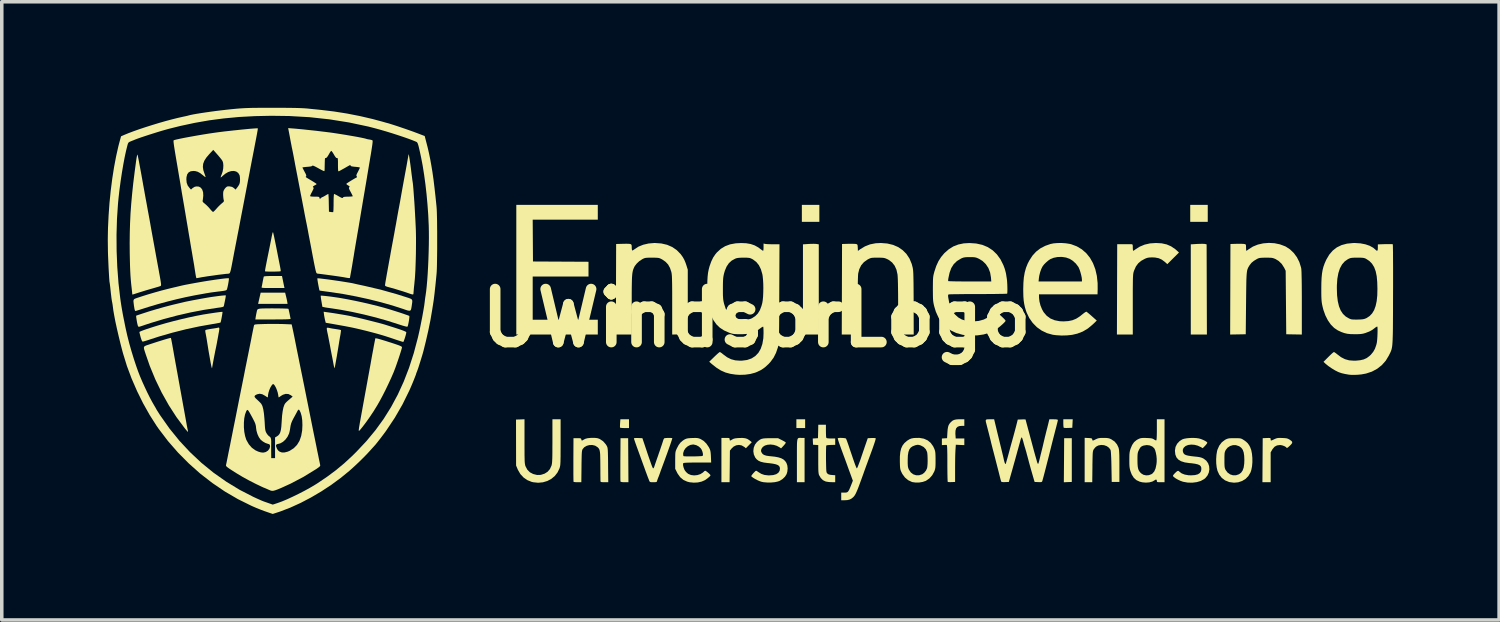
<source format=kicad_pcb>
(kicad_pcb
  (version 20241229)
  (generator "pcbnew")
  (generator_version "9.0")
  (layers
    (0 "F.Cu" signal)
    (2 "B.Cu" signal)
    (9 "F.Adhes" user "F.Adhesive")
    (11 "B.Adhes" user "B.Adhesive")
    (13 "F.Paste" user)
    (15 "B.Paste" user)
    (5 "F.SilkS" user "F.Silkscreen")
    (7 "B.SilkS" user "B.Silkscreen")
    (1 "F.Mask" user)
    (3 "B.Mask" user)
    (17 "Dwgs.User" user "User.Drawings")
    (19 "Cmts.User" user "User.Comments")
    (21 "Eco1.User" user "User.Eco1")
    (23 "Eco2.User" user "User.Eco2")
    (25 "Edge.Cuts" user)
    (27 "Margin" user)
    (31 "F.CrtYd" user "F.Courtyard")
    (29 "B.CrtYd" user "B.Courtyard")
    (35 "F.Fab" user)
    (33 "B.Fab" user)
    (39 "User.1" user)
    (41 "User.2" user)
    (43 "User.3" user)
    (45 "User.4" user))
  (footprint "UWindsorLogo"
    (layer "F.Cu")
    (at 18.354 5.951)
    (property "Reference" "UWindsorLogo" (at 0 0 0) (layer "F.SilkS") (effects (font (size 1.5 1.5) (thickness 0.3))))
    (attr board_only exclude_from_pos_files exclude_from_bom)
    (fp_poly (pts (xy 1.378 2.987) (xy 1.378 3.111) (xy 1.254 3.111) (xy 1.13 3.111) (xy 1.13 2.987) (xy 1.13 2.863) (xy 1.254 2.863) (xy 1.378 2.863)) (stroke (width 0) (type solid)) (fill yes) (layer "F.SilkS"))
    (fp_poly (pts (xy 1.78 -2.964) (xy 1.78 -2.724) (xy 1.532 -2.724) (xy 1.285 -2.724) (xy 1.285 -2.964) (xy 1.285 -3.204) (xy 1.532 -3.204) (xy 1.78 -3.204)) (stroke (width 0) (type solid)) (fill yes) (layer "F.SilkS"))
    (fp_poly (pts (xy 8.923 4.017) (xy 8.923 4.636) (xy 8.811 4.64) (xy 8.698 4.645) (xy 8.703 4.021) (xy 8.707 3.398) (xy 8.815 3.398) (xy 8.923 3.398)) (stroke (width 0) (type solid)) (fill yes) (layer "F.SilkS"))
    (fp_poly (pts (xy 12.77 -2.964) (xy 12.77 -2.724) (xy 12.522 -2.724) (xy 12.274 -2.724) (xy 12.274 -2.964) (xy 12.274 -3.204) (xy 12.522 -3.204) (xy 12.77 -3.204)) (stroke (width 0) (type solid)) (fill yes) (layer "F.SilkS"))
    (fp_poly (pts (xy 1.678 -2.1) (xy 1.7 -2.098) (xy 1.764 -2.087) (xy 1.764 -0.811) (xy 1.765 0.464) (xy 1.54 0.464) (xy 1.316 0.464) (xy 1.316 -0.811) (xy 1.316 -2.087) (xy 1.476 -2.098) (xy 1.551 -2.101) (xy 1.622 -2.102)) (stroke (width 0) (type solid)) (fill yes) (layer "F.SilkS"))
    (fp_poly (pts (xy 12.664 -2.101) (xy 12.69 -2.098) (xy 12.738 -2.087) (xy 12.742 -0.811) (xy 12.746 0.464) (xy 12.518 0.464) (xy 12.29 0.464) (xy 12.29 -0.811) (xy 12.29 -2.087) (xy 12.466 -2.098) (xy 12.541 -2.101) (xy 12.61 -2.102)) (stroke (width 0) (type solid)) (fill yes) (layer "F.SilkS"))
    (fp_poly (pts (xy -3.606 2.987) (xy -3.606 3.111) (xy -3.729 3.111) (xy -3.788 3.11) (xy -3.833 3.106) (xy -3.857 3.101) (xy -3.859 3.1) (xy -3.862 3.079) (xy -3.861 3.037) (xy -3.859 2.982) (xy -3.858 2.976) (xy -3.85 2.863) (xy -3.728 2.863) (xy -3.606 2.863)) (stroke (width 0) (type solid)) (fill yes) (layer "F.SilkS"))
    (fp_poly (pts (xy 8.943 2.983) (xy 8.937 3.103) (xy 8.821 3.108) (xy 8.764 3.109) (xy 8.719 3.107) (xy 8.695 3.102) (xy 8.694 3.101) (xy 8.689 3.082) (xy 8.685 3.04) (xy 8.683 2.984) (xy 8.683 2.977) (xy 8.683 2.863) (xy 8.816 2.863) (xy 8.949 2.863)) (stroke (width 0) (type solid)) (fill yes) (layer "F.SilkS"))
    (fp_poly (pts (xy -13.311 -0.619) (xy -13.296 -0.557) (xy -13.283 -0.497) (xy -13.276 -0.46) (xy -13.267 -0.402) (xy -13.684 -0.402) (xy -14.101 -0.402) (xy -14.093 -0.437) (xy -14.086 -0.469) (xy -14.074 -0.52) (xy -14.06 -0.582) (xy -14.057 -0.596) (xy -14.028 -0.72) (xy -13.682 -0.72) (xy -13.336 -0.72)) (stroke (width 0) (type solid)) (fill yes) (layer "F.SilkS"))
    (fp_poly (pts (xy -3.626 4.021) (xy -3.622 4.644) (xy -3.731 4.644) (xy -3.799 4.641) (xy -3.838 4.632) (xy -3.847 4.624) (xy -3.849 4.605) (xy -3.85 4.558) (xy -3.851 4.487) (xy -3.851 4.396) (xy -3.851 4.287) (xy -3.851 4.165) (xy -3.851 4.033) (xy -3.85 4.001) (xy -3.846 3.398) (xy -3.738 3.398) (xy -3.63 3.398)) (stroke (width 0) (type solid)) (fill yes) (layer "F.SilkS"))
    (fp_poly (pts (xy 1.242 3.389) (xy 1.274 3.39) (xy 1.278 3.39) (xy 1.362 3.39) (xy 1.362 4.017) (xy 1.362 4.644) (xy 1.254 4.644) (xy 1.145 4.644) (xy 1.145 4.026) (xy 1.145 3.869) (xy 1.145 3.739) (xy 1.146 3.635) (xy 1.147 3.554) (xy 1.151 3.493) (xy 1.157 3.449) (xy 1.166 3.419) (xy 1.178 3.401) (xy 1.194 3.392) (xy 1.215 3.389)) (stroke (width 0) (type solid)) (fill yes) (layer "F.SilkS"))
    (fp_poly (pts (xy -4.489 -2.995) (xy -4.489 -2.786) (xy -5.41 -2.786) (xy -6.331 -2.786) (xy -6.327 -2.194) (xy -6.323 -1.602) (xy -5.537 -1.598) (xy -4.752 -1.594) (xy -4.752 -1.385) (xy -4.752 -1.176) (xy -5.541 -1.176) (xy -6.331 -1.176) (xy -6.331 -0.565) (xy -6.331 0.046) (xy -5.41 0.046) (xy -4.489 0.046) (xy -4.489 0.255) (xy -4.489 0.464) (xy -5.642 0.464) (xy -6.795 0.464) (xy -6.795 -1.37) (xy -6.795 -3.204) (xy -5.642 -3.204) (xy -4.489 -3.204)) (stroke (width 0) (type solid)) (fill yes) (layer "F.SilkS"))
    (fp_poly (pts (xy -13.397 -1.056) (xy -13.384 -0.991) (xy -13.372 -0.934) (xy -13.364 -0.894) (xy -13.362 -0.886) (xy -13.354 -0.851) (xy -13.682 -0.851) (xy -13.791 -0.851) (xy -13.872 -0.852) (xy -13.93 -0.853) (xy -13.968 -0.856) (xy -13.991 -0.86) (xy -14.001 -0.866) (xy -14.002 -0.874) (xy -14.001 -0.88) (xy -13.994 -0.908) (xy -13.984 -0.958) (xy -13.973 -1.019) (xy -13.97 -1.035) (xy -13.958 -1.095) (xy -13.948 -1.144) (xy -13.94 -1.173) (xy -13.938 -1.177) (xy -13.92 -1.182) (xy -13.875 -1.187) (xy -13.808 -1.19) (xy -13.723 -1.192) (xy -13.677 -1.192) (xy -13.425 -1.192)) (stroke (width 0) (type solid)) (fill yes) (layer "F.SilkS"))
    (fp_poly (pts (xy -13.611 -0.275) (xy -13.515 -0.274) (xy -13.426 -0.273) (xy -13.35 -0.27) (xy -13.29 -0.268) (xy -13.253 -0.265) (xy -13.243 -0.262) (xy -13.237 -0.244) (xy -13.227 -0.202) (xy -13.214 -0.143) (xy -13.2 -0.073) (xy -13.186 0.000407) (xy -13.182 0.023) (xy -13.197 0.027) (xy -13.24 0.031) (xy -13.312 0.034) (xy -13.408 0.036) (xy -13.529 0.037) (xy -13.673 0.038) (xy -13.679 0.038) (xy -14.179 0.039) (xy -14.169 -0.028) (xy -14.159 -0.086) (xy -14.146 -0.151) (xy -14.141 -0.175) (xy -14.13 -0.222) (xy -14.116 -0.247) (xy -14.092 -0.259) (xy -14.054 -0.267) (xy -14.021 -0.27) (xy -13.966 -0.273) (xy -13.892 -0.274) (xy -13.804 -0.275) (xy -13.709 -0.276)) (stroke (width 0) (type solid)) (fill yes) (layer "F.SilkS"))
    (fp_poly (pts (xy -0.815 3.39) (xy -0.781 3.393) (xy -0.764 3.401) (xy -0.759 3.415) (xy -0.758 3.428) (xy -0.756 3.456) (xy -0.746 3.465) (xy -0.722 3.456) (xy -0.683 3.433) (xy -0.647 3.415) (xy -0.603 3.403) (xy -0.543 3.396) (xy -0.486 3.392) (xy -0.392 3.391) (xy -0.32 3.399) (xy -0.262 3.417) (xy -0.21 3.448) (xy -0.186 3.467) (xy -0.132 3.512) (xy -0.215 3.597) (xy -0.299 3.682) (xy -0.344 3.645) (xy -0.416 3.603) (xy -0.495 3.588) (xy -0.574 3.6) (xy -0.648 3.637) (xy -0.703 3.689) (xy -0.751 3.749) (xy -0.755 4.196) (xy -0.76 4.644) (xy -0.875 4.644) (xy -0.991 4.644) (xy -0.991 4.017) (xy -0.991 3.39) (xy -0.875 3.39)) (stroke (width 0) (type solid)) (fill yes) (layer "F.SilkS"))
    (fp_poly (pts (xy -15.199 0.281) (xy -15.198 0.316) (xy -15.207 0.376) (xy -15.208 0.383) (xy -15.221 0.449) (xy -15.235 0.531) (xy -15.25 0.612) (xy -15.253 0.627) (xy -15.267 0.705) (xy -15.283 0.786) (xy -15.297 0.855) (xy -15.3 0.867) (xy -15.31 0.915) (xy -15.324 0.986) (xy -15.341 1.072) (xy -15.359 1.165) (xy -15.376 1.258) (xy -15.391 1.341) (xy -15.403 1.408) (xy -15.405 1.416) (xy -15.409 1.414) (xy -15.418 1.386) (xy -15.429 1.337) (xy -15.442 1.271) (xy -15.444 1.261) (xy -15.502 0.931) (xy -15.549 0.637) (xy -15.561 0.564) (xy -15.574 0.493) (xy -15.584 0.437) (xy -15.588 0.422) (xy -15.595 0.378) (xy -15.594 0.346) (xy -15.591 0.339) (xy -15.571 0.331) (xy -15.528 0.321) (xy -15.468 0.31) (xy -15.416 0.302) (xy -15.347 0.292) (xy -15.288 0.282) (xy -15.247 0.274) (xy -15.233 0.271) (xy -15.21 0.267)) (stroke (width 0) (type solid)) (fill yes) (layer "F.SilkS"))
    (fp_poly (pts (xy -13.678 -2.43) (xy -13.672 -2.407) (xy -13.66 -2.357) (xy -13.644 -2.284) (xy -13.625 -2.191) (xy -13.603 -2.084) (xy -13.579 -1.964) (xy -13.554 -1.837) (xy -13.543 -1.78) (xy -13.526 -1.692) (xy -13.506 -1.593) (xy -13.488 -1.501) (xy -13.485 -1.486) (xy -13.473 -1.422) (xy -13.464 -1.369) (xy -13.461 -1.335) (xy -13.462 -1.327) (xy -13.478 -1.323) (xy -13.519 -1.32) (xy -13.577 -1.318) (xy -13.645 -1.316) (xy -13.717 -1.316) (xy -13.786 -1.316) (xy -13.844 -1.318) (xy -13.885 -1.32) (xy -13.902 -1.324) (xy -13.904 -1.327) (xy -13.905 -1.336) (xy -13.903 -1.352) (xy -13.9 -1.378) (xy -13.893 -1.416) (xy -13.883 -1.47) (xy -13.869 -1.541) (xy -13.851 -1.633) (xy -13.828 -1.748) (xy -13.799 -1.889) (xy -13.774 -2.012) (xy -13.756 -2.104) (xy -13.738 -2.194) (xy -13.722 -2.274) (xy -13.71 -2.335) (xy -13.706 -2.353) (xy -13.696 -2.399) (xy -13.686 -2.427) (xy -13.678 -2.431)) (stroke (width 0) (type solid)) (fill yes) (layer "F.SilkS"))
    (fp_poly (pts (xy 14.879 3.392) (xy 14.951 3.396) (xy 15.001 3.402) (xy 15.038 3.413) (xy 15.072 3.43) (xy 15.089 3.441) (xy 15.137 3.475) (xy 15.159 3.504) (xy 15.158 3.534) (xy 15.132 3.571) (xy 15.092 3.612) (xy 15.046 3.653) (xy 15.016 3.674) (xy 15.003 3.672) (xy 14.981 3.647) (xy 14.938 3.623) (xy 14.885 3.603) (xy 14.831 3.592) (xy 14.812 3.591) (xy 14.728 3.603) (xy 14.66 3.64) (xy 14.605 3.705) (xy 14.595 3.721) (xy 14.55 3.8) (xy 14.55 4.222) (xy 14.55 4.644) (xy 14.433 4.644) (xy 14.317 4.644) (xy 14.321 4.021) (xy 14.325 3.398) (xy 14.437 3.393) (xy 14.495 3.391) (xy 14.529 3.393) (xy 14.545 3.4) (xy 14.549 3.414) (xy 14.55 3.428) (xy 14.551 3.452) (xy 14.558 3.463) (xy 14.578 3.461) (xy 14.616 3.445) (xy 14.652 3.427) (xy 14.695 3.408) (xy 14.733 3.396) (xy 14.775 3.391) (xy 14.833 3.391)) (stroke (width 0) (type solid)) (fill yes) (layer "F.SilkS"))
    (fp_poly (pts (xy -12.095 0.277) (xy -12.094 0.277) (xy -12.057 0.285) (xy -11.999 0.296) (xy -11.932 0.306) (xy -11.904 0.31) (xy -11.842 0.32) (xy -11.792 0.329) (xy -11.762 0.337) (xy -11.757 0.339) (xy -11.756 0.358) (xy -11.761 0.4) (xy -11.769 0.455) (xy -11.772 0.473) (xy -11.786 0.548) (xy -11.801 0.637) (xy -11.815 0.724) (xy -11.818 0.743) (xy -11.836 0.855) (xy -11.855 0.968) (xy -11.873 1.076) (xy -11.891 1.177) (xy -11.907 1.266) (xy -11.92 1.338) (xy -11.931 1.389) (xy -11.937 1.416) (xy -11.938 1.418) (xy -11.944 1.408) (xy -11.953 1.374) (xy -11.963 1.324) (xy -11.964 1.32) (xy -11.976 1.255) (xy -11.991 1.174) (xy -12.007 1.092) (xy -12.012 1.068) (xy -12.026 0.995) (xy -12.044 0.902) (xy -12.062 0.803) (xy -12.08 0.708) (xy -12.081 0.704) (xy -12.098 0.616) (xy -12.115 0.528) (xy -12.13 0.452) (xy -12.143 0.395) (xy -12.144 0.388) (xy -12.154 0.336) (xy -12.158 0.295) (xy -12.155 0.276) (xy -12.132 0.271)) (stroke (width 0) (type solid)) (fill yes) (layer "F.SilkS"))
    (fp_poly (pts (xy -12.269 -0.633) (xy -12.206 -0.627) (xy -12.126 -0.618) (xy -12.036 -0.607) (xy -11.939 -0.593) (xy -11.84 -0.579) (xy -11.756 -0.565) (xy -11.566 -0.531) (xy -11.359 -0.49) (xy -11.144 -0.444) (xy -10.929 -0.394) (xy -10.722 -0.343) (xy -10.532 -0.292) (xy -10.402 -0.254) (xy -10.301 -0.223) (xy -10.2 -0.191) (xy -10.102 -0.16) (xy -10.012 -0.13) (xy -9.934 -0.103) (xy -9.874 -0.082) (xy -9.835 -0.067) (xy -9.823 -0.061) (xy -9.82 -0.042) (xy -9.823 -0.001) (xy -9.83 0.054) (xy -9.84 0.113) (xy -9.852 0.17) (xy -9.863 0.216) (xy -9.873 0.241) (xy -9.892 0.243) (xy -9.939 0.233) (xy -10.014 0.212) (xy -10.116 0.179) (xy -10.129 0.175) (xy -10.439 0.076) (xy -10.767 -0.017) (xy -11.103 -0.101) (xy -11.438 -0.175) (xy -11.763 -0.236) (xy -11.996 -0.272) (xy -12.072 -0.283) (xy -12.143 -0.293) (xy -12.199 -0.302) (xy -12.228 -0.308) (xy -12.282 -0.319) (xy -12.308 -0.472) (xy -12.319 -0.537) (xy -12.326 -0.591) (xy -12.329 -0.625) (xy -12.329 -0.634) (xy -12.312 -0.636)) (stroke (width 0) (type solid)) (fill yes) (layer "F.SilkS"))
    (fp_poly (pts (xy -15.109 -0.177) (xy -15.109 -0.16) (xy -15.114 -0.121) (xy -15.122 -0.068) (xy -15.133 -0.01) (xy -15.144 0.047) (xy -15.154 0.093) (xy -15.163 0.121) (xy -15.165 0.125) (xy -15.184 0.131) (xy -15.227 0.14) (xy -15.29 0.152) (xy -15.365 0.165) (xy -15.393 0.169) (xy -15.763 0.234) (xy -16.145 0.316) (xy -16.528 0.413) (xy -16.901 0.52) (xy -17.157 0.603) (xy -17.229 0.627) (xy -17.293 0.646) (xy -17.34 0.66) (xy -17.365 0.665) (xy -17.366 0.665) (xy -17.382 0.654) (xy -17.4 0.617) (xy -17.421 0.552) (xy -17.425 0.538) (xy -17.441 0.478) (xy -17.453 0.428) (xy -17.459 0.398) (xy -17.46 0.393) (xy -17.445 0.383) (xy -17.404 0.365) (xy -17.339 0.34) (xy -17.253 0.31) (xy -17.149 0.276) (xy -17.03 0.238) (xy -16.91 0.201) (xy -16.714 0.144) (xy -16.501 0.087) (xy -16.281 0.032) (xy -16.062 -0.019) (xy -15.854 -0.063) (xy -15.664 -0.099) (xy -15.649 -0.102) (xy -15.568 -0.115) (xy -15.481 -0.129) (xy -15.392 -0.142) (xy -15.306 -0.155) (xy -15.23 -0.165) (xy -15.168 -0.173) (xy -15.126 -0.177) (xy -15.109 -0.177)) (stroke (width 0) (type solid)) (fill yes) (layer "F.SilkS"))
    (fp_poly (pts (xy -12.362 -1.123) (xy -12.296 -1.115) (xy -12.212 -1.105) (xy -12.115 -1.093) (xy -12.009 -1.078) (xy -11.898 -1.062) (xy -11.787 -1.046) (xy -11.68 -1.029) (xy -11.581 -1.013) (xy -11.495 -0.999) (xy -11.425 -0.986) (xy -11.377 -0.975) (xy -11.377 -0.975) (xy -11.342 -0.967) (xy -11.285 -0.954) (xy -11.211 -0.938) (xy -11.127 -0.92) (xy -11.09 -0.912) (xy -10.633 -0.805) (xy -10.174 -0.676) (xy -9.918 -0.595) (xy -9.84 -0.57) (xy -9.787 -0.55) (xy -9.755 -0.53) (xy -9.74 -0.503) (xy -9.738 -0.462) (xy -9.746 -0.403) (xy -9.756 -0.333) (xy -9.766 -0.275) (xy -9.777 -0.236) (xy -9.794 -0.214) (xy -9.823 -0.208) (xy -9.869 -0.216) (xy -9.935 -0.237) (xy -9.991 -0.257) (xy -10.297 -0.356) (xy -10.626 -0.449) (xy -10.97 -0.535) (xy -11.323 -0.612) (xy -11.677 -0.679) (xy -12.023 -0.732) (xy -12.112 -0.744) (xy -12.195 -0.755) (xy -12.267 -0.765) (xy -12.322 -0.773) (xy -12.355 -0.778) (xy -12.362 -0.779) (xy -12.368 -0.797) (xy -12.377 -0.837) (xy -12.388 -0.892) (xy -12.4 -0.954) (xy -12.411 -1.016) (xy -12.419 -1.07) (xy -12.424 -1.109) (xy -12.424 -1.125) (xy -12.406 -1.126)) (stroke (width 0) (type solid)) (fill yes) (layer "F.SilkS"))
    (fp_poly (pts (xy -16.564 0.577) (xy -16.555 0.619) (xy -16.543 0.68) (xy -16.529 0.755) (xy -16.523 0.79) (xy -16.495 0.944) (xy -16.473 1.073) (xy -16.453 1.18) (xy -16.437 1.272) (xy -16.422 1.352) (xy -16.409 1.426) (xy -16.396 1.499) (xy -16.392 1.517) (xy -16.375 1.612) (xy -16.356 1.718) (xy -16.338 1.819) (xy -16.329 1.865) (xy -16.308 1.986) (xy -16.281 2.132) (xy -16.251 2.299) (xy -16.218 2.481) (xy -16.19 2.635) (xy -16.173 2.728) (xy -16.154 2.834) (xy -16.136 2.934) (xy -16.13 2.968) (xy -16.117 3.041) (xy -16.104 3.106) (xy -16.094 3.156) (xy -16.089 3.177) (xy -16.084 3.207) (xy -16.086 3.22) (xy -16.099 3.208) (xy -16.126 3.178) (xy -16.162 3.135) (xy -16.178 3.115) (xy -16.41 2.803) (xy -16.627 2.467) (xy -16.827 2.111) (xy -17.007 1.739) (xy -17.166 1.354) (xy -17.279 1.029) (xy -17.307 0.943) (xy -17.326 0.882) (xy -17.333 0.839) (xy -17.326 0.811) (xy -17.303 0.79) (xy -17.262 0.772) (xy -17.2 0.752) (xy -17.166 0.74) (xy -17.062 0.706) (xy -16.958 0.672) (xy -16.858 0.641) (xy -16.766 0.612) (xy -16.688 0.589) (xy -16.626 0.572) (xy -16.585 0.562) (xy -16.569 0.56)) (stroke (width 0) (type solid)) (fill yes) (layer "F.SilkS"))
    (fp_poly (pts (xy 11.467 -2.116) (xy 11.608 -2.085) (xy 11.734 -2.03) (xy 11.85 -1.951) (xy 11.887 -1.919) (xy 11.956 -1.856) (xy 11.791 -1.692) (xy 11.626 -1.527) (xy 11.562 -1.585) (xy 11.474 -1.652) (xy 11.384 -1.694) (xy 11.281 -1.714) (xy 11.206 -1.718) (xy 11.132 -1.716) (xy 11.076 -1.709) (xy 11.027 -1.694) (xy 10.99 -1.678) (xy 10.883 -1.619) (xy 10.801 -1.548) (xy 10.737 -1.461) (xy 10.688 -1.35) (xy 10.682 -1.335) (xy 10.675 -1.313) (xy 10.669 -1.292) (xy 10.664 -1.267) (xy 10.66 -1.237) (xy 10.657 -1.2) (xy 10.654 -1.151) (xy 10.652 -1.089) (xy 10.651 -1.011) (xy 10.65 -0.914) (xy 10.649 -0.796) (xy 10.649 -0.653) (xy 10.649 -0.484) (xy 10.649 -0.387) (xy 10.649 0.464) (xy 10.425 0.464) (xy 10.2 0.464) (xy 10.204 -0.813) (xy 10.208 -2.091) (xy 10.401 -2.091) (xy 10.478 -2.091) (xy 10.545 -2.091) (xy 10.595 -2.091) (xy 10.622 -2.09) (xy 10.622 -2.09) (xy 10.637 -2.085) (xy 10.646 -2.066) (xy 10.649 -2.026) (xy 10.649 -1.997) (xy 10.651 -1.948) (xy 10.655 -1.914) (xy 10.659 -1.904) (xy 10.677 -1.912) (xy 10.709 -1.933) (xy 10.717 -1.94) (xy 10.848 -2.023) (xy 10.986 -2.08) (xy 11.136 -2.114) (xy 11.303 -2.125) (xy 11.307 -2.125)) (stroke (width 0) (type solid)) (fill yes) (layer "F.SilkS"))
    (fp_poly (pts (xy 5.801 2.862) (xy 5.882 2.863) (xy 5.882 2.956) (xy 5.882 3.049) (xy 5.811 3.049) (xy 5.737 3.056) (xy 5.684 3.08) (xy 5.649 3.122) (xy 5.632 3.187) (xy 5.629 3.276) (xy 5.631 3.301) (xy 5.638 3.405) (xy 5.76 3.405) (xy 5.882 3.405) (xy 5.882 3.5) (xy 5.882 3.594) (xy 5.762 3.589) (xy 5.642 3.583) (xy 5.631 3.738) (xy 5.628 3.799) (xy 5.625 3.885) (xy 5.623 3.987) (xy 5.622 4.1) (xy 5.621 4.216) (xy 5.621 4.264) (xy 5.621 4.636) (xy 5.522 4.64) (xy 5.47 4.641) (xy 5.43 4.638) (xy 5.413 4.634) (xy 5.41 4.616) (xy 5.408 4.571) (xy 5.406 4.503) (xy 5.404 4.415) (xy 5.403 4.31) (xy 5.402 4.193) (xy 5.402 4.107) (xy 5.402 3.96) (xy 5.401 3.842) (xy 5.399 3.75) (xy 5.397 3.681) (xy 5.394 3.633) (xy 5.39 3.604) (xy 5.385 3.59) (xy 5.383 3.589) (xy 5.355 3.588) (xy 5.313 3.59) (xy 5.305 3.59) (xy 5.247 3.594) (xy 5.247 3.5) (xy 5.247 3.407) (xy 5.321 3.402) (xy 5.394 3.398) (xy 5.403 3.243) (xy 5.41 3.15) (xy 5.422 3.08) (xy 5.439 3.027) (xy 5.466 2.983) (xy 5.499 2.945) (xy 5.541 2.907) (xy 5.589 2.882) (xy 5.648 2.868) (xy 5.725 2.862)) (stroke (width 0) (type solid)) (fill yes) (layer "F.SilkS"))
    (fp_poly (pts (xy -15.017 -0.643) (xy -15.015 -0.634) (xy -15.017 -0.613) (xy -15.023 -0.574) (xy -15.034 -0.516) (xy -15.051 -0.434) (xy -15.069 -0.347) (xy -15.074 -0.333) (xy -15.087 -0.322) (xy -15.114 -0.313) (xy -15.158 -0.304) (xy -15.224 -0.295) (xy -15.273 -0.288) (xy -15.634 -0.233) (xy -16.011 -0.161) (xy -16.394 -0.073) (xy -16.774 0.028) (xy -17.143 0.139) (xy -17.288 0.187) (xy -17.357 0.211) (xy -17.416 0.23) (xy -17.459 0.243) (xy -17.478 0.248) (xy -17.478 0.248) (xy -17.493 0.235) (xy -17.505 0.212) (xy -17.513 0.181) (xy -17.524 0.133) (xy -17.534 0.077) (xy -17.543 0.02) (xy -17.55 -0.028) (xy -17.552 -0.06) (xy -17.551 -0.068) (xy -17.534 -0.075) (xy -17.494 -0.089) (xy -17.436 -0.108) (xy -17.367 -0.131) (xy -17.293 -0.155) (xy -17.22 -0.179) (xy -17.153 -0.2) (xy -17.099 -0.216) (xy -17.096 -0.217) (xy -16.968 -0.255) (xy -16.858 -0.286) (xy -16.759 -0.314) (xy -16.665 -0.339) (xy -16.568 -0.364) (xy -16.463 -0.39) (xy -16.341 -0.419) (xy -16.197 -0.453) (xy -16.183 -0.457) (xy -16.126 -0.469) (xy -16.045 -0.485) (xy -15.944 -0.505) (xy -15.83 -0.526) (xy -15.707 -0.549) (xy -15.583 -0.571) (xy -15.525 -0.581) (xy -15.446 -0.594) (xy -15.361 -0.606) (xy -15.274 -0.618) (xy -15.192 -0.629) (xy -15.12 -0.637) (xy -15.063 -0.642) (xy -15.027 -0.644)) (stroke (width 0) (type solid)) (fill yes) (layer "F.SilkS"))
    (fp_poly (pts (xy -12.055 -0.153) (xy -11.938 -0.136) (xy -11.823 -0.117) (xy -11.714 -0.099) (xy -11.616 -0.082) (xy -11.534 -0.067) (xy -11.475 -0.055) (xy -11.447 -0.048) (xy -11.399 -0.036) (xy -11.344 -0.025) (xy -11.338 -0.024) (xy -11.304 -0.017) (xy -11.246 -0.003) (xy -11.168 0.015) (xy -11.077 0.037) (xy -10.978 0.062) (xy -10.876 0.088) (xy -10.777 0.113) (xy -10.686 0.136) (xy -10.609 0.157) (xy -10.572 0.167) (xy -10.524 0.181) (xy -10.454 0.203) (xy -10.369 0.23) (xy -10.274 0.26) (xy -10.189 0.287) (xy -10.08 0.323) (xy -10 0.352) (xy -9.946 0.375) (xy -9.915 0.391) (xy -9.907 0.402) (xy -9.912 0.433) (xy -9.923 0.479) (xy -9.939 0.534) (xy -9.957 0.589) (xy -9.974 0.636) (xy -9.987 0.667) (xy -9.993 0.674) (xy -10.012 0.67) (xy -10.054 0.658) (xy -10.116 0.638) (xy -10.193 0.613) (xy -10.271 0.586) (xy -10.394 0.545) (xy -10.505 0.509) (xy -10.611 0.477) (xy -10.722 0.445) (xy -10.844 0.412) (xy -10.986 0.375) (xy -11.028 0.364) (xy -11.138 0.337) (xy -11.237 0.313) (xy -11.332 0.291) (xy -11.427 0.27) (xy -11.528 0.25) (xy -11.641 0.228) (xy -11.77 0.205) (xy -11.92 0.178) (xy -12.033 0.158) (xy -12.187 0.132) (xy -12.207 0.054) (xy -12.221 -0.011) (xy -12.234 -0.082) (xy -12.236 -0.102) (xy -12.246 -0.18)) (stroke (width 0) (type solid)) (fill yes) (layer "F.SilkS"))
    (fp_poly (pts (xy -10.729 0.578) (xy -10.698 0.586) (xy -10.644 0.601) (xy -10.57 0.623) (xy -10.482 0.65) (xy -10.386 0.681) (xy -10.352 0.691) (xy -10.246 0.726) (xy -10.166 0.753) (xy -10.108 0.774) (xy -10.069 0.791) (xy -10.045 0.804) (xy -10.033 0.816) (xy -10.03 0.827) (xy -10.03 0.829) (xy -10.035 0.852) (xy -10.048 0.9) (xy -10.069 0.967) (xy -10.094 1.047) (xy -10.123 1.135) (xy -10.154 1.226) (xy -10.185 1.315) (xy -10.214 1.397) (xy -10.221 1.416) (xy -10.272 1.547) (xy -10.337 1.696) (xy -10.411 1.856) (xy -10.49 2.021) (xy -10.571 2.181) (xy -10.651 2.331) (xy -10.726 2.463) (xy -10.737 2.481) (xy -10.834 2.638) (xy -10.938 2.794) (xy -11.042 2.941) (xy -11.141 3.072) (xy -11.196 3.14) (xy -11.228 3.176) (xy -11.245 3.191) (xy -11.252 3.186) (xy -11.253 3.169) (xy -11.25 3.141) (xy -11.243 3.088) (xy -11.231 3.019) (xy -11.218 2.94) (xy -11.213 2.916) (xy -11.152 2.579) (xy -11.092 2.248) (xy -11.082 2.194) (xy -11.065 2.1) (xy -11.045 1.993) (xy -11.027 1.891) (xy -11.019 1.85) (xy -10.99 1.687) (xy -10.964 1.547) (xy -10.941 1.419) (xy -10.918 1.296) (xy -10.896 1.169) (xy -10.882 1.091) (xy -10.864 0.993) (xy -10.845 0.894) (xy -10.829 0.803) (xy -10.815 0.729) (xy -10.809 0.699) (xy -10.783 0.57)) (stroke (width 0) (type solid)) (fill yes) (layer "F.SilkS"))
    (fp_poly (pts (xy 1.966 3.187) (xy 1.967 3.259) (xy 1.969 3.32) (xy 1.972 3.364) (xy 1.975 3.381) (xy 1.987 3.394) (xy 2.013 3.401) (xy 2.059 3.405) (xy 2.107 3.405) (xy 2.229 3.405) (xy 2.229 3.496) (xy 2.229 3.586) (xy 2.11 3.589) (xy 2.051 3.591) (xy 2.005 3.597) (xy 1.979 3.603) (xy 1.977 3.605) (xy 1.973 3.623) (xy 1.971 3.668) (xy 1.969 3.736) (xy 1.968 3.821) (xy 1.968 3.919) (xy 1.968 3.991) (xy 1.97 4.108) (xy 1.972 4.198) (xy 1.974 4.265) (xy 1.977 4.314) (xy 1.981 4.347) (xy 1.987 4.369) (xy 1.995 4.384) (xy 2.005 4.396) (xy 2.008 4.398) (xy 2.04 4.421) (xy 2.088 4.434) (xy 2.135 4.439) (xy 2.229 4.446) (xy 2.229 4.545) (xy 2.229 4.644) (xy 2.124 4.642) (xy 2.058 4.639) (xy 1.993 4.63) (xy 1.953 4.621) (xy 1.881 4.585) (xy 1.821 4.525) (xy 1.78 4.457) (xy 1.77 4.437) (xy 1.763 4.414) (xy 1.758 4.385) (xy 1.754 4.346) (xy 1.751 4.292) (xy 1.75 4.219) (xy 1.749 4.124) (xy 1.749 4.002) (xy 1.749 3.995) (xy 1.749 3.593) (xy 1.676 3.588) (xy 1.602 3.583) (xy 1.597 3.495) (xy 1.593 3.407) (xy 1.667 3.402) (xy 1.741 3.398) (xy 1.746 3.208) (xy 1.75 3.018) (xy 1.858 3.018) (xy 1.966 3.018)) (stroke (width 0) (type solid)) (fill yes) (layer "F.SilkS"))
    (fp_poly (pts (xy 9.392 3.393) (xy 9.447 3.396) (xy 9.479 3.402) (xy 9.495 3.413) (xy 9.501 3.431) (xy 9.501 3.432) (xy 9.506 3.455) (xy 9.516 3.464) (xy 9.538 3.46) (xy 9.578 3.441) (xy 9.603 3.428) (xy 9.646 3.409) (xy 9.688 3.397) (xy 9.74 3.391) (xy 9.81 3.39) (xy 9.821 3.39) (xy 9.894 3.391) (xy 9.947 3.396) (xy 9.991 3.407) (xy 10.034 3.426) (xy 10.042 3.43) (xy 10.134 3.492) (xy 10.203 3.575) (xy 10.243 3.66) (xy 10.251 3.687) (xy 10.257 3.718) (xy 10.262 3.757) (xy 10.265 3.808) (xy 10.268 3.875) (xy 10.269 3.962) (xy 10.27 4.072) (xy 10.27 4.187) (xy 10.27 4.636) (xy 10.162 4.636) (xy 10.053 4.636) (xy 10.045 4.202) (xy 10.042 4.064) (xy 10.038 3.947) (xy 10.033 3.852) (xy 10.028 3.782) (xy 10.022 3.74) (xy 10.02 3.73) (xy 9.976 3.669) (xy 9.913 3.623) (xy 9.837 3.596) (xy 9.755 3.589) (xy 9.676 3.603) (xy 9.612 3.636) (xy 9.578 3.669) (xy 9.545 3.712) (xy 9.542 3.716) (xy 9.533 3.734) (xy 9.526 3.754) (xy 9.52 3.781) (xy 9.516 3.818) (xy 9.513 3.869) (xy 9.511 3.938) (xy 9.509 4.029) (xy 9.507 4.145) (xy 9.507 4.206) (xy 9.502 4.644) (xy 9.394 4.644) (xy 9.287 4.644) (xy 9.287 4.016) (xy 9.287 3.388)) (stroke (width 0) (type solid)) (fill yes) (layer "F.SilkS"))
    (fp_poly (pts (xy -6.563 3.49) (xy -6.563 3.647) (xy -6.562 3.776) (xy -6.562 3.88) (xy -6.56 3.964) (xy -6.559 4.029) (xy -6.556 4.079) (xy -6.552 4.117) (xy -6.547 4.146) (xy -6.542 4.17) (xy -6.534 4.192) (xy -6.532 4.197) (xy -6.482 4.291) (xy -6.41 4.363) (xy -6.319 4.411) (xy -6.208 4.439) (xy -6.102 4.436) (xy -5.999 4.403) (xy -5.997 4.403) (xy -5.909 4.347) (xy -5.844 4.272) (xy -5.8 4.176) (xy -5.799 4.174) (xy -5.793 4.149) (xy -5.787 4.12) (xy -5.783 4.083) (xy -5.78 4.035) (xy -5.777 3.972) (xy -5.775 3.892) (xy -5.774 3.791) (xy -5.774 3.666) (xy -5.773 3.515) (xy -5.773 3.477) (xy -5.773 2.863) (xy -5.657 2.863) (xy -5.541 2.863) (xy -5.541 3.511) (xy -5.541 3.67) (xy -5.542 3.802) (xy -5.542 3.909) (xy -5.544 3.995) (xy -5.545 4.063) (xy -5.548 4.115) (xy -5.551 4.156) (xy -5.556 4.188) (xy -5.562 4.215) (xy -5.569 4.239) (xy -5.572 4.25) (xy -5.628 4.367) (xy -5.706 4.468) (xy -5.804 4.549) (xy -5.917 4.609) (xy -6.042 4.646) (xy -6.175 4.659) (xy -6.312 4.645) (xy -6.36 4.634) (xy -6.482 4.585) (xy -6.59 4.51) (xy -6.68 4.413) (xy -6.749 4.295) (xy -6.758 4.274) (xy -6.801 4.171) (xy -6.802 3.521) (xy -6.803 2.871) (xy -6.683 2.867) (xy -6.563 2.862)) (stroke (width 0) (type solid)) (fill yes) (layer "F.SilkS"))
    (fp_poly (pts (xy -14.928 -1.126) (xy -14.927 -1.108) (xy -14.931 -1.068) (xy -14.939 -1.013) (xy -14.95 -0.952) (xy -14.962 -0.893) (xy -14.974 -0.843) (xy -14.982 -0.815) (xy -14.99 -0.801) (xy -15.003 -0.79) (xy -15.027 -0.781) (xy -15.067 -0.773) (xy -15.127 -0.764) (xy -15.213 -0.753) (xy -15.218 -0.753) (xy -15.296 -0.743) (xy -15.367 -0.734) (xy -15.435 -0.725) (xy -15.506 -0.713) (xy -15.585 -0.7) (xy -15.679 -0.683) (xy -15.793 -0.663) (xy -15.912 -0.641) (xy -16.148 -0.593) (xy -16.403 -0.535) (xy -16.668 -0.468) (xy -16.934 -0.396) (xy -17.19 -0.32) (xy -17.372 -0.262) (xy -17.444 -0.239) (xy -17.506 -0.22) (xy -17.551 -0.206) (xy -17.574 -0.201) (xy -17.575 -0.201) (xy -17.586 -0.216) (xy -17.599 -0.26) (xy -17.61 -0.329) (xy -17.612 -0.338) (xy -17.622 -0.418) (xy -17.628 -0.473) (xy -17.625 -0.509) (xy -17.612 -0.532) (xy -17.585 -0.549) (xy -17.543 -0.565) (xy -17.51 -0.576) (xy -17.364 -0.624) (xy -17.198 -0.676) (xy -17.02 -0.728) (xy -16.842 -0.778) (xy -16.672 -0.822) (xy -16.554 -0.851) (xy -16.478 -0.869) (xy -16.4 -0.887) (xy -16.335 -0.903) (xy -16.322 -0.906) (xy -16.236 -0.926) (xy -16.134 -0.947) (xy -16.018 -0.969) (xy -15.893 -0.992) (xy -15.763 -1.015) (xy -15.63 -1.038) (xy -15.499 -1.059) (xy -15.372 -1.078) (xy -15.255 -1.095) (xy -15.15 -1.109) (xy -15.061 -1.12) (xy -14.992 -1.127) (xy -14.946 -1.129)) (stroke (width 0) (type solid)) (fill yes) (layer "F.SilkS"))
    (fp_poly (pts (xy -17.514 -4.626) (xy -17.51 -4.613) (xy -17.502 -4.58) (xy -17.491 -4.524) (xy -17.475 -4.446) (xy -17.456 -4.342) (xy -17.432 -4.213) (xy -17.403 -4.056) (xy -17.37 -3.871) (xy -17.352 -3.769) (xy -17.331 -3.653) (xy -17.308 -3.525) (xy -17.284 -3.392) (xy -17.26 -3.264) (xy -17.239 -3.148) (xy -17.222 -3.054) (xy -17.22 -3.041) (xy -17.204 -2.958) (xy -17.184 -2.848) (xy -17.159 -2.711) (xy -17.13 -2.546) (xy -17.095 -2.352) (xy -17.081 -2.275) (xy -17.031 -2.001) (xy -16.983 -1.735) (xy -16.95 -1.556) (xy -16.921 -1.4) (xy -16.898 -1.271) (xy -16.879 -1.168) (xy -16.865 -1.087) (xy -16.855 -1.025) (xy -16.849 -0.979) (xy -16.847 -0.948) (xy -16.848 -0.928) (xy -16.853 -0.916) (xy -16.86 -0.909) (xy -16.869 -0.905) (xy -16.881 -0.901) (xy -16.882 -0.901) (xy -16.914 -0.89) (xy -16.969 -0.874) (xy -17.037 -0.854) (xy -17.096 -0.837) (xy -17.183 -0.812) (xy -17.285 -0.782) (xy -17.387 -0.75) (xy -17.459 -0.728) (xy -17.54 -0.702) (xy -17.595 -0.684) (xy -17.631 -0.673) (xy -17.651 -0.668) (xy -17.659 -0.668) (xy -17.661 -0.672) (xy -17.661 -0.677) (xy -17.663 -0.696) (xy -17.667 -0.74) (xy -17.674 -0.805) (xy -17.683 -0.885) (xy -17.693 -0.975) (xy -17.703 -1.084) (xy -17.712 -1.201) (xy -17.719 -1.332) (xy -17.725 -1.481) (xy -17.729 -1.652) (xy -17.733 -1.834) (xy -17.735 -2.127) (xy -17.732 -2.408) (xy -17.724 -2.683) (xy -17.711 -2.956) (xy -17.691 -3.234) (xy -17.665 -3.52) (xy -17.633 -3.822) (xy -17.593 -4.144) (xy -17.553 -4.442) (xy -17.54 -4.529) (xy -17.529 -4.588) (xy -17.521 -4.619) (xy -17.515 -4.626)) (stroke (width 0) (type solid)) (fill yes) (layer "F.SilkS"))
    (fp_poly (pts (xy 13.606 3.398) (xy 13.66 3.4) (xy 13.698 3.405) (xy 13.729 3.415) (xy 13.759 3.431) (xy 13.785 3.448) (xy 13.852 3.495) (xy 13.902 3.542) (xy 13.942 3.599) (xy 13.968 3.647) (xy 14 3.731) (xy 14.021 3.837) (xy 14.032 3.954) (xy 14.033 4.076) (xy 14.023 4.195) (xy 14.002 4.301) (xy 13.98 4.366) (xy 13.92 4.468) (xy 13.84 4.55) (xy 13.742 4.609) (xy 13.632 4.646) (xy 13.513 4.657) (xy 13.389 4.641) (xy 13.37 4.636) (xy 13.259 4.591) (xy 13.167 4.521) (xy 13.094 4.427) (xy 13.045 4.32) (xy 13.023 4.225) (xy 13.01 4.111) (xy 13.008 4.017) (xy 13.242 4.017) (xy 13.242 4.105) (xy 13.244 4.169) (xy 13.248 4.215) (xy 13.255 4.249) (xy 13.266 4.278) (xy 13.276 4.298) (xy 13.332 4.372) (xy 13.403 4.422) (xy 13.485 4.448) (xy 13.572 4.446) (xy 13.654 4.418) (xy 13.714 4.374) (xy 13.757 4.311) (xy 13.787 4.227) (xy 13.802 4.118) (xy 13.806 4.017) (xy 13.801 3.896) (xy 13.787 3.801) (xy 13.761 3.728) (xy 13.721 3.672) (xy 13.667 3.63) (xy 13.651 3.622) (xy 13.568 3.595) (xy 13.482 3.595) (xy 13.4 3.62) (xy 13.33 3.667) (xy 13.28 3.73) (xy 13.265 3.76) (xy 13.254 3.789) (xy 13.247 3.823) (xy 13.244 3.868) (xy 13.242 3.932) (xy 13.242 4.017) (xy 13.008 4.017) (xy 13.008 3.989) (xy 13.016 3.869) (xy 13.034 3.762) (xy 13.045 3.722) (xy 13.096 3.608) (xy 13.167 3.515) (xy 13.256 3.446) (xy 13.275 3.436) (xy 13.311 3.419) (xy 13.346 3.408) (xy 13.387 3.401) (xy 13.443 3.398) (xy 13.521 3.398) (xy 13.528 3.398)) (stroke (width 0) (type solid)) (fill yes) (layer "F.SilkS"))
    (fp_poly (pts (xy 3.702 -2.111) (xy 3.866 -2.072) (xy 4.012 -2.009) (xy 4.138 -1.922) (xy 4.245 -1.814) (xy 4.331 -1.684) (xy 4.394 -1.533) (xy 4.422 -1.424) (xy 4.427 -1.394) (xy 4.432 -1.356) (xy 4.436 -1.31) (xy 4.439 -1.251) (xy 4.441 -1.177) (xy 4.443 -1.086) (xy 4.445 -0.976) (xy 4.446 -0.843) (xy 4.447 -0.685) (xy 4.448 -0.5) (xy 4.448 -0.422) (xy 4.45 0.464) (xy 4.229 0.464) (xy 4.009 0.464) (xy 4.009 -0.324) (xy 4.009 -0.514) (xy 4.008 -0.686) (xy 4.006 -0.84) (xy 4.004 -0.973) (xy 4.001 -1.082) (xy 3.997 -1.166) (xy 3.993 -1.221) (xy 3.992 -1.233) (xy 3.962 -1.369) (xy 3.911 -1.482) (xy 3.839 -1.574) (xy 3.745 -1.646) (xy 3.699 -1.67) (xy 3.66 -1.687) (xy 3.623 -1.699) (xy 3.582 -1.706) (xy 3.527 -1.709) (xy 3.452 -1.71) (xy 3.428 -1.71) (xy 3.349 -1.71) (xy 3.293 -1.708) (xy 3.252 -1.703) (xy 3.217 -1.693) (xy 3.182 -1.677) (xy 3.145 -1.658) (xy 3.043 -1.586) (xy 2.964 -1.494) (xy 2.909 -1.382) (xy 2.88 -1.267) (xy 2.876 -1.229) (xy 2.873 -1.163) (xy 2.87 -1.071) (xy 2.868 -0.955) (xy 2.866 -0.818) (xy 2.865 -0.662) (xy 2.864 -0.49) (xy 2.864 -0.352) (xy 2.863 0.464) (xy 2.639 0.464) (xy 2.414 0.464) (xy 2.418 -0.816) (xy 2.422 -2.097) (xy 2.593 -2.102) (xy 2.668 -2.103) (xy 2.736 -2.102) (xy 2.789 -2.1) (xy 2.812 -2.098) (xy 2.84 -2.091) (xy 2.855 -2.079) (xy 2.863 -2.053) (xy 2.866 -2.006) (xy 2.867 -1.995) (xy 2.871 -1.901) (xy 2.935 -1.948) (xy 3.071 -2.03) (xy 3.216 -2.087) (xy 3.374 -2.118) (xy 3.522 -2.125)) (stroke (width 0) (type solid)) (fill yes) (layer "F.SilkS"))
    (fp_poly (pts (xy -4.557 3.39) (xy -4.501 3.397) (xy -4.455 3.412) (xy -4.433 3.421) (xy -4.339 3.484) (xy -4.263 3.571) (xy -4.236 3.614) (xy -4.227 3.633) (xy -4.219 3.652) (xy -4.213 3.677) (xy -4.209 3.709) (xy -4.205 3.753) (xy -4.203 3.813) (xy -4.201 3.893) (xy -4.199 3.994) (xy -4.198 4.123) (xy -4.198 4.16) (xy -4.193 4.644) (xy -4.302 4.644) (xy -4.36 4.642) (xy -4.394 4.638) (xy -4.409 4.629) (xy -4.413 4.616) (xy -4.414 4.594) (xy -4.414 4.545) (xy -4.415 4.474) (xy -4.416 4.385) (xy -4.416 4.283) (xy -4.417 4.179) (xy -4.418 4.047) (xy -4.42 3.943) (xy -4.422 3.862) (xy -4.427 3.8) (xy -4.435 3.753) (xy -4.445 3.719) (xy -4.459 3.692) (xy -4.478 3.67) (xy -4.499 3.65) (xy -4.565 3.609) (xy -4.643 3.591) (xy -4.726 3.592) (xy -4.804 3.614) (xy -4.872 3.654) (xy -4.916 3.705) (xy -4.925 3.722) (xy -4.932 3.742) (xy -4.937 3.77) (xy -4.941 3.809) (xy -4.944 3.864) (xy -4.946 3.937) (xy -4.948 4.032) (xy -4.95 4.153) (xy -4.95 4.199) (xy -4.955 4.644) (xy -5.062 4.644) (xy -5.116 4.642) (xy -5.157 4.638) (xy -5.175 4.632) (xy -5.175 4.632) (xy -5.177 4.614) (xy -5.178 4.569) (xy -5.179 4.5) (xy -5.18 4.409) (xy -5.18 4.302) (xy -5.18 4.18) (xy -5.18 4.048) (xy -5.18 4.009) (xy -5.177 3.398) (xy -5.069 3.398) (xy -5.012 3.398) (xy -4.979 3.402) (xy -4.963 3.411) (xy -4.957 3.427) (xy -4.956 3.432) (xy -4.948 3.46) (xy -4.931 3.464) (xy -4.899 3.446) (xy -4.894 3.443) (xy -4.844 3.416) (xy -4.782 3.399) (xy -4.7 3.39) (xy -4.632 3.388)) (stroke (width 0) (type solid)) (fill yes) (layer "F.SilkS"))
    (fp_poly (pts (xy 14.658 -2.119) (xy 14.813 -2.087) (xy 14.959 -2.032) (xy 14.978 -2.023) (xy 15.097 -1.945) (xy 15.203 -1.844) (xy 15.293 -1.722) (xy 15.362 -1.585) (xy 15.408 -1.438) (xy 15.416 -1.402) (xy 15.419 -1.364) (xy 15.423 -1.298) (xy 15.425 -1.203) (xy 15.428 -1.082) (xy 15.43 -0.937) (xy 15.431 -0.769) (xy 15.432 -0.579) (xy 15.432 -0.422) (xy 15.432 0.465) (xy 15.211 0.461) (xy 14.991 0.457) (xy 14.983 -0.441) (xy 14.975 -1.339) (xy 14.932 -1.426) (xy 14.862 -1.535) (xy 14.773 -1.619) (xy 14.689 -1.67) (xy 14.649 -1.687) (xy 14.613 -1.699) (xy 14.573 -1.706) (xy 14.52 -1.709) (xy 14.446 -1.71) (xy 14.418 -1.71) (xy 14.336 -1.709) (xy 14.278 -1.706) (xy 14.235 -1.701) (xy 14.201 -1.691) (xy 14.168 -1.676) (xy 14.163 -1.673) (xy 14.075 -1.62) (xy 14.009 -1.566) (xy 13.957 -1.501) (xy 13.948 -1.486) (xy 13.93 -1.457) (xy 13.915 -1.431) (xy 13.903 -1.404) (xy 13.892 -1.374) (xy 13.883 -1.338) (xy 13.877 -1.294) (xy 13.871 -1.239) (xy 13.867 -1.171) (xy 13.863 -1.086) (xy 13.861 -0.982) (xy 13.859 -0.856) (xy 13.857 -0.707) (xy 13.855 -0.53) (xy 13.854 -0.418) (xy 13.845 0.457) (xy 13.625 0.461) (xy 13.404 0.465) (xy 13.408 -0.816) (xy 13.412 -2.097) (xy 13.582 -2.102) (xy 13.657 -2.103) (xy 13.726 -2.102) (xy 13.779 -2.1) (xy 13.803 -2.097) (xy 13.831 -2.091) (xy 13.846 -2.079) (xy 13.852 -2.055) (xy 13.853 -2.009) (xy 13.853 -1.996) (xy 13.855 -1.947) (xy 13.858 -1.914) (xy 13.863 -1.904) (xy 13.879 -1.913) (xy 13.911 -1.935) (xy 13.928 -1.948) (xy 14.05 -2.025) (xy 14.189 -2.081) (xy 14.34 -2.115) (xy 14.498 -2.128)) (stroke (width 0) (type solid)) (fill yes) (layer "F.SilkS"))
    (fp_poly (pts (xy -2.689 -2.112) (xy -2.527 -2.074) (xy -2.382 -2.011) (xy -2.255 -1.924) (xy -2.145 -1.811) (xy -2.139 -1.803) (xy -2.085 -1.728) (xy -2.043 -1.653) (xy -2.006 -1.566) (xy -1.979 -1.486) (xy -1.943 -1.37) (xy -1.943 -0.457) (xy -1.943 0.457) (xy -2.163 0.461) (xy -2.384 0.465) (xy -2.384 -0.373) (xy -2.384 -0.56) (xy -2.384 -0.72) (xy -2.385 -0.853) (xy -2.386 -0.964) (xy -2.388 -1.054) (xy -2.39 -1.127) (xy -2.392 -1.184) (xy -2.396 -1.229) (xy -2.4 -1.264) (xy -2.405 -1.292) (xy -2.408 -1.306) (xy -2.447 -1.422) (xy -2.499 -1.516) (xy -2.57 -1.592) (xy -2.663 -1.657) (xy -2.693 -1.673) (xy -2.726 -1.689) (xy -2.758 -1.7) (xy -2.797 -1.706) (xy -2.85 -1.709) (xy -2.924 -1.71) (xy -2.956 -1.71) (xy -3.039 -1.71) (xy -3.097 -1.708) (xy -3.14 -1.703) (xy -3.174 -1.694) (xy -3.206 -1.68) (xy -3.227 -1.669) (xy -3.312 -1.614) (xy -3.386 -1.545) (xy -3.442 -1.473) (xy -3.452 -1.455) (xy -3.468 -1.422) (xy -3.481 -1.39) (xy -3.493 -1.357) (xy -3.502 -1.319) (xy -3.51 -1.274) (xy -3.516 -1.218) (xy -3.521 -1.15) (xy -3.524 -1.067) (xy -3.526 -0.966) (xy -3.528 -0.844) (xy -3.529 -0.699) (xy -3.529 -0.528) (xy -3.529 -0.373) (xy -3.529 0.464) (xy -3.754 0.464) (xy -3.978 0.464) (xy -3.974 -0.816) (xy -3.97 -2.097) (xy -3.784 -2.102) (xy -3.69 -2.104) (xy -3.623 -2.103) (xy -3.577 -2.099) (xy -3.55 -2.089) (xy -3.535 -2.071) (xy -3.53 -2.045) (xy -3.529 -2.007) (xy -3.529 -2.005) (xy -3.527 -1.957) (xy -3.521 -1.923) (xy -3.516 -1.913) (xy -3.498 -1.917) (xy -3.466 -1.937) (xy -3.45 -1.948) (xy -3.338 -2.022) (xy -3.204 -2.076) (xy -3.054 -2.111) (xy -2.892 -2.125) (xy -2.871 -2.125)) (stroke (width 0) (type solid)) (fill yes) (layer "F.SilkS"))
    (fp_poly (pts (xy -2.441 3.39) (xy -2.4 3.393) (xy -2.381 3.398) (xy -2.384 3.414) (xy -2.397 3.455) (xy -2.418 3.519) (xy -2.446 3.602) (xy -2.481 3.699) (xy -2.52 3.809) (xy -2.563 3.927) (xy -2.608 4.051) (xy -2.654 4.175) (xy -2.687 4.264) (xy -2.708 4.32) (xy -2.729 4.382) (xy -2.734 4.396) (xy -2.754 4.45) (xy -2.773 4.5) (xy -2.779 4.512) (xy -2.797 4.56) (xy -2.81 4.601) (xy -2.817 4.624) (xy -2.831 4.637) (xy -2.858 4.642) (xy -2.906 4.643) (xy -2.92 4.644) (xy -2.974 4.643) (xy -3.005 4.638) (xy -3.022 4.626) (xy -3.033 4.605) (xy -3.034 4.601) (xy -3.051 4.556) (xy -3.071 4.507) (xy -3.072 4.504) (xy -3.084 4.471) (xy -3.105 4.415) (xy -3.132 4.343) (xy -3.161 4.262) (xy -3.174 4.226) (xy -3.223 4.092) (xy -3.263 3.981) (xy -3.297 3.887) (xy -3.327 3.804) (xy -3.356 3.724) (xy -3.386 3.642) (xy -3.403 3.594) (xy -3.428 3.524) (xy -3.448 3.465) (xy -3.462 3.423) (xy -3.467 3.403) (xy -3.467 3.403) (xy -3.453 3.396) (xy -3.414 3.393) (xy -3.356 3.393) (xy -3.347 3.393) (xy -3.227 3.398) (xy -3.141 3.653) (xy -3.091 3.804) (xy -3.049 3.928) (xy -3.014 4.027) (xy -2.987 4.105) (xy -2.966 4.163) (xy -2.95 4.204) (xy -2.938 4.231) (xy -2.929 4.246) (xy -2.923 4.252) (xy -2.92 4.252) (xy -2.904 4.235) (xy -2.893 4.209) (xy -2.884 4.184) (xy -2.868 4.134) (xy -2.844 4.065) (xy -2.815 3.981) (xy -2.782 3.888) (xy -2.771 3.854) (xy -2.737 3.757) (xy -2.706 3.665) (xy -2.679 3.586) (xy -2.658 3.523) (xy -2.645 3.482) (xy -2.643 3.475) (xy -2.629 3.433) (xy -2.613 3.405) (xy -2.609 3.402) (xy -2.587 3.396) (xy -2.544 3.392) (xy -2.492 3.39)) (stroke (width 0) (type solid)) (fill yes) (layer "F.SilkS"))
    (fp_poly (pts (xy 4.735 3.411) (xy 4.842 3.458) (xy 4.93 3.53) (xy 5 3.627) (xy 5.033 3.698) (xy 5.047 3.736) (xy 5.057 3.774) (xy 5.063 3.819) (xy 5.066 3.878) (xy 5.068 3.957) (xy 5.068 4.017) (xy 5.068 4.109) (xy 5.066 4.178) (xy 5.062 4.23) (xy 5.055 4.27) (xy 5.044 4.307) (xy 5.032 4.34) (xy 4.974 4.446) (xy 4.895 4.535) (xy 4.798 4.602) (xy 4.79 4.606) (xy 4.705 4.635) (xy 4.605 4.652) (xy 4.503 4.653) (xy 4.411 4.64) (xy 4.396 4.635) (xy 4.291 4.585) (xy 4.201 4.509) (xy 4.129 4.411) (xy 4.117 4.388) (xy 4.096 4.345) (xy 4.081 4.309) (xy 4.071 4.274) (xy 4.065 4.233) (xy 4.061 4.178) (xy 4.059 4.103) (xy 4.058 4.052) (xy 4.058 4.024) (xy 4.28 4.024) (xy 4.28 4.108) (xy 4.283 4.169) (xy 4.288 4.213) (xy 4.298 4.249) (xy 4.312 4.283) (xy 4.316 4.291) (xy 4.369 4.368) (xy 4.439 4.421) (xy 4.519 4.447) (xy 4.606 4.446) (xy 4.692 4.418) (xy 4.748 4.375) (xy 4.797 4.314) (xy 4.828 4.247) (xy 4.829 4.244) (xy 4.836 4.197) (xy 4.842 4.128) (xy 4.844 4.047) (xy 4.843 3.962) (xy 4.84 3.883) (xy 4.834 3.819) (xy 4.828 3.788) (xy 4.791 3.709) (xy 4.73 3.646) (xy 4.65 3.604) (xy 4.645 3.602) (xy 4.595 3.588) (xy 4.557 3.585) (xy 4.514 3.593) (xy 4.486 3.601) (xy 4.417 3.628) (xy 4.363 3.667) (xy 4.325 3.719) (xy 4.3 3.79) (xy 4.285 3.883) (xy 4.28 4.002) (xy 4.28 4.024) (xy 4.058 4.024) (xy 4.059 3.907) (xy 4.071 3.788) (xy 4.095 3.689) (xy 4.133 3.607) (xy 4.186 3.537) (xy 4.257 3.475) (xy 4.278 3.46) (xy 4.334 3.426) (xy 4.386 3.406) (xy 4.449 3.394) (xy 4.467 3.392) (xy 4.61 3.389)) (stroke (width 0) (type solid)) (fill yes) (layer "F.SilkS"))
    (fp_poly (pts (xy 12.451 3.395) (xy 12.519 3.405) (xy 12.578 3.422) (xy 12.64 3.447) (xy 12.697 3.475) (xy 12.74 3.503) (xy 12.757 3.52) (xy 12.753 3.539) (xy 12.73 3.572) (xy 12.698 3.609) (xy 12.627 3.681) (xy 12.577 3.651) (xy 12.486 3.609) (xy 12.393 3.585) (xy 12.301 3.579) (xy 12.217 3.59) (xy 12.146 3.618) (xy 12.094 3.663) (xy 12.08 3.685) (xy 12.064 3.727) (xy 12.065 3.767) (xy 12.072 3.793) (xy 12.087 3.828) (xy 12.113 3.855) (xy 12.154 3.876) (xy 12.214 3.892) (xy 12.297 3.905) (xy 12.391 3.916) (xy 12.478 3.925) (xy 12.541 3.935) (xy 12.59 3.948) (xy 12.631 3.965) (xy 12.654 3.977) (xy 12.728 4.034) (xy 12.78 4.107) (xy 12.809 4.191) (xy 12.816 4.281) (xy 12.8 4.371) (xy 12.761 4.456) (xy 12.699 4.53) (xy 12.666 4.556) (xy 12.572 4.608) (xy 12.459 4.641) (xy 12.333 4.657) (xy 12.202 4.654) (xy 12.072 4.631) (xy 12.003 4.607) (xy 11.929 4.573) (xy 11.862 4.535) (xy 11.81 4.496) (xy 11.793 4.479) (xy 11.786 4.463) (xy 11.794 4.442) (xy 11.82 4.41) (xy 11.842 4.387) (xy 11.886 4.345) (xy 11.917 4.324) (xy 11.941 4.323) (xy 11.964 4.341) (xy 11.971 4.348) (xy 12.032 4.394) (xy 12.117 4.427) (xy 12.222 4.446) (xy 12.298 4.449) (xy 12.407 4.442) (xy 12.49 4.42) (xy 12.547 4.383) (xy 12.58 4.33) (xy 12.589 4.274) (xy 12.586 4.226) (xy 12.569 4.188) (xy 12.537 4.16) (xy 12.485 4.138) (xy 12.411 4.121) (xy 12.311 4.107) (xy 12.25 4.102) (xy 12.12 4.083) (xy 12.016 4.05) (xy 11.938 4.003) (xy 11.884 3.94) (xy 11.853 3.86) (xy 11.842 3.76) (xy 11.842 3.746) (xy 11.858 3.645) (xy 11.903 3.556) (xy 11.973 3.481) (xy 12.046 3.433) (xy 12.101 3.414) (xy 12.178 3.4) (xy 12.268 3.392) (xy 12.362 3.39)) (stroke (width 0) (type solid)) (fill yes) (layer "F.SilkS"))
    (fp_poly (pts (xy 0.719 3.452) (xy 0.77 3.479) (xy 0.81 3.503) (xy 0.83 3.519) (xy 0.831 3.521) (xy 0.824 3.54) (xy 0.8 3.573) (xy 0.766 3.612) (xy 0.697 3.686) (xy 0.654 3.656) (xy 0.574 3.613) (xy 0.487 3.587) (xy 0.398 3.577) (xy 0.313 3.584) (xy 0.239 3.606) (xy 0.181 3.644) (xy 0.145 3.694) (xy 0.131 3.735) (xy 0.13 3.765) (xy 0.145 3.802) (xy 0.146 3.804) (xy 0.173 3.843) (xy 0.215 3.872) (xy 0.276 3.892) (xy 0.361 3.905) (xy 0.387 3.907) (xy 0.517 3.921) (xy 0.62 3.94) (xy 0.701 3.966) (xy 0.763 3.999) (xy 0.811 4.043) (xy 0.847 4.095) (xy 0.873 4.167) (xy 0.883 4.254) (xy 0.874 4.344) (xy 0.853 4.415) (xy 0.808 4.487) (xy 0.741 4.552) (xy 0.661 4.603) (xy 0.612 4.622) (xy 0.522 4.642) (xy 0.415 4.652) (xy 0.303 4.652) (xy 0.199 4.643) (xy 0.138 4.63) (xy 0.084 4.611) (xy 0.021 4.583) (xy -0.041 4.55) (xy -0.096 4.516) (xy -0.134 4.487) (xy -0.147 4.474) (xy -0.141 4.457) (xy -0.12 4.427) (xy -0.089 4.39) (xy -0.056 4.355) (xy -0.028 4.328) (xy -0.01 4.318) (xy 0.011 4.327) (xy 0.044 4.349) (xy 0.055 4.357) (xy 0.137 4.407) (xy 0.228 4.438) (xy 0.335 4.45) (xy 0.364 4.45) (xy 0.473 4.442) (xy 0.559 4.417) (xy 0.62 4.376) (xy 0.656 4.32) (xy 0.665 4.262) (xy 0.659 4.218) (xy 0.64 4.184) (xy 0.603 4.157) (xy 0.547 4.136) (xy 0.467 4.119) (xy 0.361 4.105) (xy 0.326 4.102) (xy 0.212 4.087) (xy 0.123 4.065) (xy 0.055 4.034) (xy 0.003 3.992) (xy -0.035 3.945) (xy -0.074 3.858) (xy -0.088 3.764) (xy -0.077 3.669) (xy -0.043 3.581) (xy 0.011 3.511) (xy 0.058 3.469) (xy 0.1 3.439) (xy 0.144 3.418) (xy 0.197 3.406) (xy 0.265 3.4) (xy 0.355 3.398) (xy 0.395 3.398) (xy 0.611 3.398)) (stroke (width 0) (type solid)) (fill yes) (layer "F.SilkS"))
    (fp_poly (pts (xy 2.42 3.39) (xy 2.472 3.394) (xy 2.514 3.4) (xy 2.534 3.409) (xy 2.543 3.43) (xy 2.561 3.474) (xy 2.584 3.538) (xy 2.611 3.616) (xy 2.636 3.692) (xy 2.687 3.842) (xy 2.729 3.966) (xy 2.763 4.064) (xy 2.79 4.139) (xy 2.811 4.193) (xy 2.826 4.229) (xy 2.837 4.248) (xy 2.842 4.252) (xy 2.851 4.239) (xy 2.868 4.202) (xy 2.891 4.142) (xy 2.92 4.066) (xy 2.952 3.977) (xy 2.968 3.928) (xy 3.003 3.825) (xy 3.037 3.726) (xy 3.067 3.637) (xy 3.093 3.562) (xy 3.111 3.509) (xy 3.115 3.498) (xy 3.15 3.398) (xy 3.257 3.393) (xy 3.312 3.392) (xy 3.355 3.395) (xy 3.376 3.401) (xy 3.376 3.401) (xy 3.374 3.418) (xy 3.363 3.46) (xy 3.343 3.524) (xy 3.316 3.604) (xy 3.283 3.698) (xy 3.249 3.792) (xy 3.201 3.922) (xy 3.162 4.028) (xy 3.131 4.114) (xy 3.104 4.186) (xy 3.082 4.248) (xy 3.061 4.305) (xy 3.041 4.361) (xy 3.029 4.396) (xy 2.974 4.548) (xy 2.928 4.673) (xy 2.89 4.776) (xy 2.858 4.857) (xy 2.83 4.921) (xy 2.807 4.971) (xy 2.785 5.009) (xy 2.765 5.038) (xy 2.744 5.061) (xy 2.734 5.071) (xy 2.683 5.111) (xy 2.631 5.136) (xy 2.568 5.15) (xy 2.485 5.154) (xy 2.473 5.154) (xy 2.399 5.154) (xy 2.399 5.046) (xy 2.399 4.938) (xy 2.483 4.938) (xy 2.524 4.937) (xy 2.555 4.932) (xy 2.58 4.92) (xy 2.602 4.895) (xy 2.625 4.855) (xy 2.651 4.795) (xy 2.685 4.711) (xy 2.694 4.688) (xy 2.728 4.601) (xy 2.678 4.463) (xy 2.65 4.387) (xy 2.616 4.295) (xy 2.583 4.204) (xy 2.569 4.164) (xy 2.538 4.079) (xy 2.505 3.988) (xy 2.474 3.905) (xy 2.461 3.87) (xy 2.41 3.731) (xy 2.37 3.62) (xy 2.339 3.534) (xy 2.318 3.471) (xy 2.306 3.428) (xy 2.301 3.405) (xy 2.302 3.399) (xy 2.325 3.392) (xy 2.368 3.389)) (stroke (width 0) (type solid)) (fill yes) (layer "F.SilkS"))
    (fp_poly (pts (xy 11.547 3.754) (xy 11.547 4.644) (xy 11.439 4.644) (xy 11.382 4.643) (xy 11.35 4.64) (xy 11.335 4.631) (xy 11.33 4.615) (xy 11.33 4.605) (xy 11.322 4.573) (xy 11.299 4.569) (xy 11.269 4.587) (xy 11.203 4.625) (xy 11.116 4.648) (xy 11.018 4.655) (xy 10.916 4.646) (xy 10.844 4.628) (xy 10.752 4.585) (xy 10.678 4.519) (xy 10.62 4.428) (xy 10.588 4.347) (xy 10.572 4.295) (xy 10.562 4.247) (xy 10.555 4.194) (xy 10.552 4.129) (xy 10.551 4.042) (xy 10.551 4.024) (xy 10.781 4.024) (xy 10.783 4.129) (xy 10.79 4.21) (xy 10.803 4.272) (xy 10.825 4.321) (xy 10.857 4.364) (xy 10.887 4.394) (xy 10.95 4.433) (xy 11.026 4.45) (xy 11.105 4.444) (xy 11.18 4.415) (xy 11.206 4.397) (xy 11.257 4.338) (xy 11.294 4.252) (xy 11.318 4.137) (xy 11.325 4.072) (xy 11.326 3.986) (xy 11.318 3.896) (xy 11.302 3.81) (xy 11.282 3.737) (xy 11.257 3.685) (xy 11.256 3.684) (xy 11.2 3.633) (xy 11.127 3.602) (xy 11.043 3.592) (xy 10.956 3.606) (xy 10.928 3.616) (xy 10.889 3.636) (xy 10.859 3.666) (xy 10.831 3.714) (xy 10.824 3.728) (xy 10.806 3.765) (xy 10.794 3.799) (xy 10.787 3.835) (xy 10.783 3.881) (xy 10.781 3.944) (xy 10.781 4.024) (xy 10.551 4.024) (xy 10.551 4.017) (xy 10.552 3.922) (xy 10.554 3.852) (xy 10.56 3.796) (xy 10.57 3.748) (xy 10.584 3.7) (xy 10.585 3.698) (xy 10.63 3.591) (xy 10.686 3.509) (xy 10.757 3.45) (xy 10.796 3.428) (xy 10.837 3.409) (xy 10.873 3.398) (xy 10.913 3.392) (xy 10.966 3.39) (xy 11.039 3.392) (xy 11.115 3.396) (xy 11.168 3.401) (xy 11.205 3.41) (xy 11.233 3.423) (xy 11.249 3.433) (xy 11.284 3.454) (xy 11.31 3.461) (xy 11.315 3.459) (xy 11.32 3.441) (xy 11.325 3.394) (xy 11.328 3.322) (xy 11.33 3.227) (xy 11.33 3.157) (xy 11.33 2.863) (xy 11.439 2.863) (xy 11.547 2.863)) (stroke (width 0) (type solid)) (fill yes) (layer "F.SilkS"))
    (fp_poly (pts (xy -9.839 -4.634) (xy -9.832 -4.605) (xy -9.823 -4.554) (xy -9.812 -4.485) (xy -9.8 -4.402) (xy -9.787 -4.308) (xy -9.774 -4.209) (xy -9.768 -4.156) (xy -9.757 -4.066) (xy -9.746 -3.985) (xy -9.738 -3.918) (xy -9.731 -3.872) (xy -9.728 -3.854) (xy -9.722 -3.813) (xy -9.715 -3.745) (xy -9.707 -3.654) (xy -9.699 -3.545) (xy -9.69 -3.42) (xy -9.68 -3.286) (xy -9.671 -3.145) (xy -9.663 -3.001) (xy -9.655 -2.86) (xy -9.648 -2.724) (xy -9.642 -2.598) (xy -9.637 -2.486) (xy -9.635 -2.399) (xy -9.633 -2.272) (xy -9.633 -2.128) (xy -9.634 -1.974) (xy -9.636 -1.814) (xy -9.64 -1.655) (xy -9.645 -1.502) (xy -9.65 -1.361) (xy -9.657 -1.236) (xy -9.664 -1.135) (xy -9.667 -1.099) (xy -9.672 -1.052) (xy -9.678 -0.986) (xy -9.686 -0.911) (xy -9.69 -0.877) (xy -9.696 -0.808) (xy -9.701 -0.749) (xy -9.704 -0.708) (xy -9.705 -0.695) (xy -9.708 -0.676) (xy -9.722 -0.669) (xy -9.75 -0.673) (xy -9.8 -0.688) (xy -9.829 -0.698) (xy -9.906 -0.725) (xy -10.004 -0.757) (xy -10.112 -0.79) (xy -10.22 -0.823) (xy -10.318 -0.851) (xy -10.39 -0.871) (xy -10.452 -0.888) (xy -10.489 -0.903) (xy -10.506 -0.917) (xy -10.51 -0.931) (xy -10.507 -0.954) (xy -10.5 -1.003) (xy -10.488 -1.073) (xy -10.473 -1.159) (xy -10.456 -1.256) (xy -10.447 -1.304) (xy -10.427 -1.417) (xy -10.406 -1.531) (xy -10.387 -1.639) (xy -10.369 -1.733) (xy -10.356 -1.807) (xy -10.354 -1.819) (xy -10.321 -2.002) (xy -10.283 -2.205) (xy -10.241 -2.433) (xy -10.231 -2.492) (xy -10.215 -2.579) (xy -10.198 -2.67) (xy -10.184 -2.751) (xy -10.176 -2.794) (xy -10.164 -2.864) (xy -10.148 -2.951) (xy -10.132 -3.041) (xy -10.123 -3.088) (xy -10.107 -3.173) (xy -10.088 -3.275) (xy -10.069 -3.381) (xy -10.054 -3.467) (xy -10.035 -3.573) (xy -10.016 -3.68) (xy -9.995 -3.794) (xy -9.972 -3.921) (xy -9.945 -4.068) (xy -9.923 -4.187) (xy -9.898 -4.323) (xy -9.879 -4.431) (xy -9.864 -4.514) (xy -9.853 -4.573) (xy -9.846 -4.612) (xy -9.843 -4.633) (xy -9.842 -4.636)) (stroke (width 0) (type solid)) (fill yes) (layer "F.SilkS"))
    (fp_poly (pts (xy 8.755 -2.117) (xy 8.863 -2.1) (xy 8.906 -2.09) (xy 9.066 -2.03) (xy 9.208 -1.945) (xy 9.332 -1.837) (xy 9.437 -1.707) (xy 9.523 -1.555) (xy 9.588 -1.385) (xy 9.632 -1.196) (xy 9.654 -0.99) (xy 9.655 -0.82) (xy 9.651 -0.673) (xy 8.823 -0.673) (xy 7.995 -0.673) (xy 7.996 -0.576) (xy 8.008 -0.471) (xy 8.037 -0.357) (xy 8.081 -0.249) (xy 8.127 -0.167) (xy 8.212 -0.067) (xy 8.315 0.009) (xy 8.436 0.06) (xy 8.576 0.088) (xy 8.684 0.093) (xy 8.821 0.085) (xy 8.939 0.061) (xy 9.047 0.017) (xy 9.153 -0.051) (xy 9.229 -0.112) (xy 9.275 -0.148) (xy 9.312 -0.172) (xy 9.336 -0.182) (xy 9.338 -0.181) (xy 9.356 -0.168) (xy 9.392 -0.139) (xy 9.441 -0.098) (xy 9.493 -0.052) (xy 9.63 0.07) (xy 9.517 0.178) (xy 9.38 0.293) (xy 9.236 0.379) (xy 9.081 0.439) (xy 8.931 0.474) (xy 8.788 0.489) (xy 8.634 0.493) (xy 8.483 0.484) (xy 8.384 0.471) (xy 8.222 0.426) (xy 8.072 0.354) (xy 7.936 0.258) (xy 7.818 0.138) (xy 7.72 -0.001) (xy 7.644 -0.16) (xy 7.624 -0.217) (xy 7.596 -0.311) (xy 7.576 -0.403) (xy 7.562 -0.499) (xy 7.553 -0.608) (xy 7.55 -0.736) (xy 7.549 -0.813) (xy 7.554 -0.996) (xy 7.557 -1.037) (xy 7.983 -1.037) (xy 8.596 -1.037) (xy 9.21 -1.037) (xy 9.21 -1.089) (xy 9.204 -1.147) (xy 9.188 -1.222) (xy 9.166 -1.303) (xy 9.141 -1.378) (xy 9.115 -1.438) (xy 9.11 -1.447) (xy 9.036 -1.545) (xy 8.941 -1.629) (xy 8.863 -1.677) (xy 8.76 -1.714) (xy 8.644 -1.731) (xy 8.524 -1.729) (xy 8.411 -1.707) (xy 8.313 -1.667) (xy 8.256 -1.628) (xy 8.194 -1.574) (xy 8.137 -1.517) (xy 8.097 -1.464) (xy 8.096 -1.463) (xy 8.06 -1.391) (xy 8.028 -1.301) (xy 8.004 -1.206) (xy 7.993 -1.135) (xy 7.983 -1.037) (xy 7.557 -1.037) (xy 7.567 -1.155) (xy 7.592 -1.296) (xy 7.628 -1.424) (xy 7.676 -1.544) (xy 7.72 -1.628) (xy 7.81 -1.767) (xy 7.913 -1.88) (xy 8.032 -1.972) (xy 8.172 -2.045) (xy 8.32 -2.097) (xy 8.409 -2.115) (xy 8.518 -2.124) (xy 8.637 -2.125)) (stroke (width 0) (type solid)) (fill yes) (layer "F.SilkS"))
    (fp_poly (pts (xy -1.686 3.392) (xy -1.644 3.399) (xy -1.604 3.412) (xy -1.582 3.421) (xy -1.496 3.473) (xy -1.417 3.55) (xy -1.35 3.648) (xy -1.337 3.671) (xy -1.317 3.714) (xy -1.304 3.756) (xy -1.296 3.806) (xy -1.29 3.874) (xy -1.288 3.92) (xy -1.281 4.086) (xy -1.667 4.086) (xy -1.803 4.087) (xy -1.913 4.089) (xy -1.994 4.092) (xy -2.046 4.097) (xy -2.069 4.103) (xy -2.069 4.103) (xy -2.078 4.13) (xy -2.074 4.177) (xy -2.06 4.232) (xy -2.038 4.288) (xy -2.026 4.309) (xy -1.991 4.355) (xy -1.944 4.397) (xy -1.929 4.408) (xy -1.852 4.44) (xy -1.764 4.451) (xy -1.672 4.442) (xy -1.585 4.414) (xy -1.514 4.369) (xy -1.495 4.351) (xy -1.469 4.327) (xy -1.45 4.318) (xy -1.428 4.328) (xy -1.394 4.352) (xy -1.356 4.384) (xy -1.323 4.416) (xy -1.303 4.44) (xy -1.3 4.447) (xy -1.312 4.468) (xy -1.343 4.499) (xy -1.388 4.536) (xy -1.439 4.573) (xy -1.457 4.585) (xy -1.548 4.625) (xy -1.656 4.65) (xy -1.773 4.656) (xy -1.889 4.645) (xy -1.96 4.627) (xy -2.067 4.578) (xy -2.157 4.503) (xy -2.229 4.402) (xy -2.247 4.368) (xy -2.299 4.264) (xy -2.299 4.024) (xy -2.298 3.933) (xy -2.297 3.866) (xy -2.295 3.839) (xy -2.074 3.839) (xy -2.072 3.879) (xy -2.065 3.904) (xy -2.064 3.905) (xy -2.045 3.909) (xy -2.001 3.912) (xy -1.939 3.914) (xy -1.865 3.914) (xy -1.785 3.913) (xy -1.706 3.912) (xy -1.634 3.909) (xy -1.575 3.906) (xy -1.536 3.902) (xy -1.523 3.898) (xy -1.513 3.873) (xy -1.516 3.829) (xy -1.529 3.777) (xy -1.55 3.725) (xy -1.573 3.688) (xy -1.63 3.634) (xy -1.703 3.595) (xy -1.779 3.577) (xy -1.794 3.576) (xy -1.87 3.589) (xy -1.942 3.625) (xy -2.004 3.679) (xy -2.049 3.745) (xy -2.072 3.816) (xy -2.074 3.839) (xy -2.295 3.839) (xy -2.294 3.817) (xy -2.288 3.779) (xy -2.278 3.746) (xy -2.264 3.712) (xy -2.251 3.684) (xy -2.202 3.592) (xy -2.15 3.523) (xy -2.089 3.47) (xy -2.047 3.442) (xy -2.008 3.421) (xy -1.971 3.408) (xy -1.927 3.4) (xy -1.865 3.395) (xy -1.818 3.393) (xy -1.741 3.391)) (stroke (width 0) (type solid)) (fill yes) (layer "F.SilkS"))
    (fp_poly (pts (xy 6.218 -2.111) (xy 6.39 -2.073) (xy 6.545 -2.009) (xy 6.683 -1.919) (xy 6.802 -1.805) (xy 6.904 -1.665) (xy 6.987 -1.5) (xy 7.024 -1.401) (xy 7.043 -1.335) (xy 7.06 -1.267) (xy 7.066 -1.231) (xy 7.074 -1.179) (xy 7.081 -1.136) (xy 7.083 -1.122) (xy 7.089 -1.078) (xy 7.094 -1.018) (xy 7.098 -0.948) (xy 7.1 -0.875) (xy 7.101 -0.806) (xy 7.1 -0.748) (xy 7.098 -0.707) (xy 7.093 -0.691) (xy 7.075 -0.69) (xy 7.029 -0.688) (xy 6.958 -0.686) (xy 6.865 -0.685) (xy 6.752 -0.683) (xy 6.624 -0.682) (xy 6.482 -0.681) (xy 6.329 -0.681) (xy 6.27 -0.681) (xy 6.114 -0.68) (xy 5.967 -0.68) (xy 5.833 -0.679) (xy 5.713 -0.677) (xy 5.611 -0.676) (xy 5.53 -0.675) (xy 5.473 -0.673) (xy 5.443 -0.671) (xy 5.439 -0.671) (xy 5.425 -0.658) (xy 5.422 -0.628) (xy 5.426 -0.59) (xy 5.453 -0.442) (xy 5.489 -0.319) (xy 5.536 -0.216) (xy 5.597 -0.128) (xy 5.623 -0.098) (xy 5.712 -0.018) (xy 5.812 0.039) (xy 5.929 0.075) (xy 6.065 0.092) (xy 6.132 0.094) (xy 6.29 0.08) (xy 6.434 0.04) (xy 6.563 -0.027) (xy 6.676 -0.12) (xy 6.686 -0.13) (xy 6.721 -0.162) (xy 6.751 -0.182) (xy 6.761 -0.186) (xy 6.783 -0.176) (xy 6.82 -0.149) (xy 6.867 -0.11) (xy 6.918 -0.065) (xy 6.967 -0.019) (xy 7.01 0.023) (xy 7.039 0.057) (xy 7.05 0.076) (xy 7.039 0.096) (xy 7.008 0.13) (xy 6.963 0.173) (xy 6.91 0.22) (xy 6.854 0.266) (xy 6.8 0.307) (xy 6.755 0.338) (xy 6.741 0.346) (xy 6.586 0.416) (xy 6.427 0.463) (xy 6.257 0.488) (xy 6.093 0.494) (xy 6.01 0.491) (xy 5.926 0.484) (xy 5.852 0.475) (xy 5.828 0.471) (xy 5.655 0.422) (xy 5.5 0.349) (xy 5.365 0.252) (xy 5.249 0.131) (xy 5.152 -0.014) (xy 5.076 -0.182) (xy 5.028 -0.341) (xy 5.016 -0.393) (xy 5.007 -0.441) (xy 5 -0.491) (xy 4.996 -0.548) (xy 4.994 -0.618) (xy 4.993 -0.708) (xy 4.992 -0.822) (xy 4.992 -0.828) (xy 4.993 -0.941) (xy 4.994 -1.029) (xy 4.995 -1.071) (xy 5.424 -1.071) (xy 5.426 -1.051) (xy 5.428 -1.047) (xy 5.446 -1.045) (xy 5.49 -1.043) (xy 5.559 -1.041) (xy 5.649 -1.039) (xy 5.756 -1.038) (xy 5.877 -1.037) (xy 6.008 -1.037) (xy 6.041 -1.037) (xy 6.645 -1.037) (xy 6.636 -1.149) (xy 6.612 -1.29) (xy 6.563 -1.417) (xy 6.49 -1.527) (xy 6.397 -1.617) (xy 6.303 -1.675) (xy 6.254 -1.698) (xy 6.214 -1.713) (xy 6.172 -1.721) (xy 6.121 -1.725) (xy 6.049 -1.726) (xy 6.037 -1.726) (xy 5.959 -1.725) (xy 5.904 -1.721) (xy 5.86 -1.713) (xy 5.821 -1.7) (xy 5.789 -1.685) (xy 5.674 -1.615) (xy 5.582 -1.526) (xy 5.513 -1.416) (xy 5.465 -1.285) (xy 5.459 -1.258) (xy 5.44 -1.171) (xy 5.428 -1.11) (xy 5.424 -1.071) (xy 4.995 -1.071) (xy 4.996 -1.097) (xy 5 -1.152) (xy 5.006 -1.197) (xy 5.015 -1.24) (xy 5.027 -1.286) (xy 5.034 -1.313) (xy 5.087 -1.473) (xy 5.149 -1.609) (xy 5.224 -1.727) (xy 5.314 -1.834) (xy 5.322 -1.842) (xy 5.444 -1.949) (xy 5.573 -2.029) (xy 5.713 -2.083) (xy 5.868 -2.115) (xy 6.029 -2.124)) (stroke (width 0) (type solid)) (fill yes) (layer "F.SilkS"))
    (fp_poly (pts (xy -0.287 -2.118) (xy -0.162 -2.096) (xy -0.051 -2.058) (xy 0.053 -2) (xy 0.123 -1.947) (xy 0.159 -1.921) (xy 0.184 -1.906) (xy 0.189 -1.904) (xy 0.195 -1.918) (xy 0.2 -1.955) (xy 0.201 -2.006) (xy 0.201 -2.109) (xy 0.25 -2.099) (xy 0.285 -2.095) (xy 0.342 -2.092) (xy 0.413 -2.09) (xy 0.475 -2.09) (xy 0.652 -2.09) (xy 0.646 -0.693) (xy 0.645 -0.453) (xy 0.645 -0.242) (xy 0.644 -0.058) (xy 0.643 0.101) (xy 0.642 0.237) (xy 0.64 0.353) (xy 0.639 0.45) (xy 0.637 0.53) (xy 0.635 0.596) (xy 0.633 0.649) (xy 0.63 0.692) (xy 0.627 0.727) (xy 0.623 0.755) (xy 0.619 0.778) (xy 0.614 0.8) (xy 0.609 0.821) (xy 0.607 0.828) (xy 0.553 0.985) (xy 0.485 1.12) (xy 0.396 1.241) (xy 0.341 1.301) (xy 0.237 1.395) (xy 0.133 1.467) (xy 0.017 1.523) (xy -0.039 1.545) (xy -0.17 1.58) (xy -0.319 1.601) (xy -0.475 1.606) (xy -0.588 1.599) (xy -0.741 1.576) (xy -0.877 1.539) (xy -1.004 1.483) (xy -1.129 1.405) (xy -1.258 1.303) (xy -1.277 1.287) (xy -1.336 1.235) (xy -1.195 1.097) (xy -1.14 1.045) (xy -1.093 1.002) (xy -1.057 0.972) (xy -1.037 0.96) (xy -1.036 0.96) (xy -1.016 0.969) (xy -0.981 0.993) (xy -0.939 1.027) (xy -0.828 1.109) (xy -0.717 1.164) (xy -0.6 1.195) (xy -0.469 1.205) (xy -0.409 1.204) (xy -0.264 1.185) (xy -0.138 1.141) (xy -0.032 1.073) (xy 0.055 0.982) (xy 0.121 0.868) (xy 0.168 0.73) (xy 0.195 0.569) (xy 0.201 0.425) (xy 0.2 0.355) (xy 0.198 0.297) (xy 0.195 0.257) (xy 0.191 0.243) (xy 0.174 0.246) (xy 0.143 0.264) (xy 0.126 0.277) (xy 0.028 0.346) (xy -0.066 0.396) (xy -0.165 0.429) (xy -0.276 0.448) (xy -0.406 0.456) (xy -0.449 0.456) (xy -0.537 0.455) (xy -0.603 0.452) (xy -0.654 0.447) (xy -0.699 0.437) (xy -0.745 0.423) (xy -0.771 0.413) (xy -0.916 0.349) (xy -1.035 0.272) (xy -1.133 0.177) (xy -1.215 0.062) (xy -1.273 -0.054) (xy -1.307 -0.137) (xy -1.333 -0.214) (xy -1.353 -0.293) (xy -1.368 -0.38) (xy -1.378 -0.479) (xy -1.385 -0.598) (xy -1.389 -0.729) (xy -1.39 -0.836) (xy -0.949 -0.836) (xy -0.949 -0.726) (xy -0.948 -0.641) (xy -0.944 -0.574) (xy -0.939 -0.52) (xy -0.931 -0.471) (xy -0.92 -0.423) (xy -0.915 -0.403) (xy -0.872 -0.27) (xy -0.817 -0.164) (xy -0.751 -0.082) (xy -0.671 -0.021) (xy -0.671 -0.021) (xy -0.617 0.008) (xy -0.566 0.027) (xy -0.511 0.038) (xy -0.441 0.042) (xy -0.349 0.042) (xy -0.348 0.042) (xy -0.269 0.039) (xy -0.213 0.032) (xy -0.169 0.022) (xy -0.129 0.005) (xy -0.124 0.002) (xy -0.034 -0.056) (xy 0.039 -0.13) (xy 0.097 -0.224) (xy 0.142 -0.342) (xy 0.165 -0.426) (xy 0.178 -0.506) (xy 0.188 -0.609) (xy 0.193 -0.727) (xy 0.195 -0.852) (xy 0.193 -0.976) (xy 0.186 -1.091) (xy 0.176 -1.189) (xy 0.167 -1.242) (xy 0.126 -1.382) (xy 0.07 -1.496) (xy -0.002 -1.586) (xy -0.093 -1.656) (xy -0.116 -1.669) (xy -0.154 -1.688) (xy -0.188 -1.7) (xy -0.228 -1.706) (xy -0.282 -1.71) (xy -0.359 -1.71) (xy -0.364 -1.71) (xy -0.45 -1.709) (xy -0.512 -1.704) (xy -0.56 -1.696) (xy -0.601 -1.682) (xy -0.604 -1.68) (xy -0.702 -1.626) (xy -0.78 -1.554) (xy -0.843 -1.461) (xy -0.893 -1.344) (xy -0.915 -1.269) (xy -0.927 -1.218) (xy -0.936 -1.169) (xy -0.942 -1.115) (xy -0.946 -1.052) (xy -0.948 -0.971) (xy -0.949 -0.868) (xy -0.949 -0.836) (xy -1.39 -0.836) (xy -1.391 -0.901) (xy -1.389 -1.047) (xy -1.382 -1.171) (xy -1.37 -1.28) (xy -1.351 -1.377) (xy -1.327 -1.467) (xy -1.326 -1.47) (xy -1.277 -1.606) (xy -1.223 -1.717) (xy -1.158 -1.812) (xy -1.117 -1.86) (xy -1.008 -1.96) (xy -0.885 -2.035) (xy -0.746 -2.087) (xy -0.588 -2.116) (xy -0.433 -2.124)) (stroke (width 0) (type solid)) (fill yes) (layer "F.SilkS"))
    (fp_poly (pts (xy 6.605 2.863) (xy 6.726 2.863) (xy 6.794 3.146) (xy 6.821 3.258) (xy 6.851 3.381) (xy 6.881 3.504) (xy 6.908 3.615) (xy 6.921 3.666) (xy 6.942 3.755) (xy 6.963 3.842) (xy 6.981 3.917) (xy 6.994 3.974) (xy 6.997 3.991) (xy 7.012 4.052) (xy 7.027 4.1) (xy 7.042 4.127) (xy 7.051 4.13) (xy 7.057 4.114) (xy 7.069 4.074) (xy 7.085 4.017) (xy 7.105 3.949) (xy 7.125 3.876) (xy 7.145 3.803) (xy 7.162 3.739) (xy 7.166 3.723) (xy 7.175 3.689) (xy 7.19 3.634) (xy 7.209 3.565) (xy 7.228 3.498) (xy 7.267 3.357) (xy 7.299 3.239) (xy 7.325 3.142) (xy 7.347 3.058) (xy 7.366 2.983) (xy 7.367 2.98) (xy 7.394 2.871) (xy 7.505 2.867) (xy 7.559 2.865) (xy 7.598 2.866) (xy 7.615 2.869) (xy 7.615 2.869) (xy 7.619 2.885) (xy 7.63 2.927) (xy 7.646 2.988) (xy 7.667 3.065) (xy 7.686 3.137) (xy 7.715 3.242) (xy 7.745 3.356) (xy 7.775 3.467) (xy 7.801 3.565) (xy 7.81 3.599) (xy 7.833 3.684) (xy 7.856 3.77) (xy 7.877 3.845) (xy 7.892 3.9) (xy 7.893 3.901) (xy 7.911 3.965) (xy 7.929 4.028) (xy 7.939 4.067) (xy 7.953 4.105) (xy 7.966 4.125) (xy 7.97 4.126) (xy 7.98 4.108) (xy 7.993 4.067) (xy 8.007 4.013) (xy 8.009 4.005) (xy 8.026 3.934) (xy 8.043 3.861) (xy 8.057 3.808) (xy 8.069 3.759) (xy 8.086 3.69) (xy 8.106 3.609) (xy 8.125 3.525) (xy 8.126 3.521) (xy 8.146 3.437) (xy 8.165 3.356) (xy 8.183 3.286) (xy 8.195 3.236) (xy 8.195 3.235) (xy 8.209 3.18) (xy 8.228 3.108) (xy 8.247 3.031) (xy 8.253 3.007) (xy 8.288 2.863) (xy 8.408 2.863) (xy 8.475 2.865) (xy 8.513 2.871) (xy 8.528 2.881) (xy 8.528 2.883) (xy 8.528 2.89) (xy 8.527 2.898) (xy 8.524 2.912) (xy 8.519 2.934) (xy 8.511 2.968) (xy 8.498 3.017) (xy 8.481 3.086) (xy 8.457 3.176) (xy 8.427 3.293) (xy 8.42 3.32) (xy 8.394 3.42) (xy 8.37 3.515) (xy 8.349 3.599) (xy 8.332 3.667) (xy 8.321 3.711) (xy 8.32 3.715) (xy 8.307 3.768) (xy 8.289 3.841) (xy 8.267 3.929) (xy 8.242 4.026) (xy 8.215 4.13) (xy 8.189 4.234) (xy 8.163 4.334) (xy 8.139 4.426) (xy 8.118 4.505) (xy 8.101 4.566) (xy 8.09 4.606) (xy 8.087 4.617) (xy 8.076 4.632) (xy 8.055 4.64) (xy 8.015 4.642) (xy 7.973 4.64) (xy 7.871 4.636) (xy 7.85 4.566) (xy 7.822 4.469) (xy 7.798 4.386) (xy 7.777 4.313) (xy 7.757 4.242) (xy 7.736 4.166) (xy 7.712 4.079) (xy 7.685 3.975) (xy 7.654 3.862) (xy 7.636 3.792) (xy 7.618 3.731) (xy 7.605 3.685) (xy 7.6 3.668) (xy 7.589 3.636) (xy 7.574 3.583) (xy 7.557 3.52) (xy 7.553 3.502) (xy 7.536 3.444) (xy 7.521 3.4) (xy 7.509 3.376) (xy 7.506 3.374) (xy 7.494 3.388) (xy 7.48 3.422) (xy 7.475 3.44) (xy 7.461 3.491) (xy 7.443 3.556) (xy 7.429 3.606) (xy 7.412 3.669) (xy 7.39 3.747) (xy 7.368 3.827) (xy 7.361 3.854) (xy 7.341 3.924) (xy 7.323 3.992) (xy 7.302 4.066) (xy 7.278 4.151) (xy 7.249 4.255) (xy 7.227 4.334) (xy 7.206 4.407) (xy 7.183 4.488) (xy 7.17 4.535) (xy 7.142 4.636) (xy 7.04 4.64) (xy 6.986 4.641) (xy 6.946 4.637) (xy 6.929 4.631) (xy 6.92 4.608) (xy 6.908 4.569) (xy 6.905 4.557) (xy 6.895 4.516) (xy 6.878 4.45) (xy 6.857 4.365) (xy 6.832 4.268) (xy 6.805 4.162) (xy 6.777 4.055) (xy 6.751 3.952) (xy 6.726 3.857) (xy 6.706 3.778) (xy 6.695 3.738) (xy 6.675 3.66) (xy 6.655 3.582) (xy 6.638 3.515) (xy 6.633 3.49) (xy 6.619 3.433) (xy 6.6 3.359) (xy 6.58 3.279) (xy 6.571 3.243) (xy 6.551 3.166) (xy 6.531 3.09) (xy 6.515 3.026) (xy 6.509 3.003) (xy 6.492 2.938) (xy 6.487 2.897) (xy 6.496 2.875) (xy 6.525 2.865) (xy 6.576 2.863)) (stroke (width 0) (type solid)) (fill yes) (layer "F.SilkS"))
    (fp_poly (pts (xy 17.09 -2.115) (xy 17.231 -2.088) (xy 17.353 -2.046) (xy 17.453 -1.99) (xy 17.509 -1.942) (xy 17.544 -1.911) (xy 17.566 -1.906) (xy 17.579 -1.929) (xy 17.583 -1.98) (xy 17.583 -1.995) (xy 17.583 -2.086) (xy 17.789 -2.093) (xy 17.865 -2.094) (xy 17.931 -2.094) (xy 17.979 -2.093) (xy 18.004 -2.09) (xy 18.006 -2.089) (xy 18.007 -2.073) (xy 18.009 -2.027) (xy 18.01 -1.955) (xy 18.012 -1.859) (xy 18.012 -1.74) (xy 18.013 -1.602) (xy 18.014 -1.445) (xy 18.014 -1.273) (xy 18.014 -1.088) (xy 18.014 -0.891) (xy 18.013 -0.685) (xy 18.013 -0.664) (xy 18.012 -0.417) (xy 18.012 -0.198) (xy 18.011 -0.007) (xy 18.01 0.16) (xy 18.009 0.304) (xy 18.007 0.428) (xy 18.004 0.533) (xy 18.001 0.622) (xy 17.997 0.696) (xy 17.992 0.758) (xy 17.986 0.809) (xy 17.978 0.853) (xy 17.969 0.89) (xy 17.958 0.923) (xy 17.945 0.955) (xy 17.931 0.986) (xy 17.914 1.019) (xy 17.895 1.057) (xy 17.894 1.06) (xy 17.806 1.206) (xy 17.695 1.331) (xy 17.564 1.434) (xy 17.415 1.514) (xy 17.249 1.569) (xy 17.118 1.593) (xy 17.013 1.603) (xy 16.908 1.607) (xy 16.815 1.605) (xy 16.763 1.6) (xy 16.65 1.58) (xy 16.559 1.559) (xy 16.484 1.533) (xy 16.459 1.523) (xy 16.372 1.479) (xy 16.276 1.421) (xy 16.185 1.358) (xy 16.109 1.297) (xy 16.106 1.294) (xy 16.045 1.238) (xy 16.183 1.099) (xy 16.237 1.046) (xy 16.284 1.002) (xy 16.32 0.972) (xy 16.339 0.96) (xy 16.34 0.96) (xy 16.361 0.969) (xy 16.396 0.994) (xy 16.43 1.021) (xy 16.541 1.105) (xy 16.652 1.162) (xy 16.77 1.195) (xy 16.904 1.205) (xy 16.963 1.204) (xy 17.084 1.192) (xy 17.183 1.169) (xy 17.267 1.131) (xy 17.344 1.074) (xy 17.385 1.036) (xy 17.451 0.956) (xy 17.501 0.868) (xy 17.538 0.762) (xy 17.553 0.704) (xy 17.559 0.661) (xy 17.565 0.601) (xy 17.57 0.53) (xy 17.573 0.454) (xy 17.575 0.381) (xy 17.575 0.317) (xy 17.573 0.269) (xy 17.569 0.242) (xy 17.567 0.239) (xy 17.549 0.244) (xy 17.517 0.264) (xy 17.503 0.275) (xy 17.426 0.333) (xy 17.342 0.379) (xy 17.24 0.418) (xy 17.235 0.42) (xy 17.182 0.436) (xy 17.131 0.446) (xy 17.073 0.452) (xy 16.999 0.455) (xy 16.926 0.455) (xy 16.812 0.453) (xy 16.718 0.443) (xy 16.635 0.424) (xy 16.551 0.394) (xy 16.456 0.35) (xy 16.45 0.347) (xy 16.347 0.278) (xy 16.252 0.182) (xy 16.169 0.063) (xy 16.098 -0.077) (xy 16.042 -0.234) (xy 16.019 -0.325) (xy 16.006 -0.383) (xy 15.997 -0.436) (xy 15.991 -0.49) (xy 15.987 -0.552) (xy 15.984 -0.627) (xy 15.983 -0.721) (xy 15.983 -0.836) (xy 15.983 -0.846) (xy 16.423 -0.846) (xy 16.429 -0.65) (xy 16.449 -0.48) (xy 16.483 -0.336) (xy 16.531 -0.217) (xy 16.595 -0.12) (xy 16.675 -0.044) (xy 16.771 0.012) (xy 16.825 0.033) (xy 16.856 0.038) (xy 16.91 0.041) (xy 16.978 0.042) (xy 17.026 0.041) (xy 17.105 0.038) (xy 17.162 0.032) (xy 17.206 0.022) (xy 17.247 0.006) (xy 17.268 -0.004) (xy 17.352 -0.06) (xy 17.422 -0.134) (xy 17.478 -0.227) (xy 17.52 -0.342) (xy 17.55 -0.48) (xy 17.567 -0.643) (xy 17.571 -0.831) (xy 17.566 -1.016) (xy 17.551 -1.184) (xy 17.522 -1.325) (xy 17.478 -1.443) (xy 17.418 -1.54) (xy 17.342 -1.617) (xy 17.254 -1.675) (xy 17.222 -1.691) (xy 17.189 -1.701) (xy 17.147 -1.707) (xy 17.09 -1.71) (xy 17.01 -1.71) (xy 17.003 -1.71) (xy 16.922 -1.71) (xy 16.865 -1.707) (xy 16.823 -1.702) (xy 16.789 -1.692) (xy 16.755 -1.677) (xy 16.738 -1.669) (xy 16.646 -1.605) (xy 16.57 -1.518) (xy 16.51 -1.408) (xy 16.466 -1.274) (xy 16.437 -1.115) (xy 16.424 -0.93) (xy 16.423 -0.846) (xy 15.983 -0.846) (xy 15.985 -0.999) (xy 15.991 -1.136) (xy 16.002 -1.254) (xy 16.019 -1.357) (xy 16.043 -1.452) (xy 16.076 -1.544) (xy 16.117 -1.638) (xy 16.125 -1.655) (xy 16.208 -1.796) (xy 16.307 -1.911) (xy 16.423 -2.001) (xy 16.557 -2.066) (xy 16.71 -2.107) (xy 16.882 -2.124) (xy 16.933 -2.125)) (stroke (width 0) (type solid)) (fill yes) (layer "F.SilkS"))
    (fp_poly (pts (xy -14.111 -5.37) (xy -14.11 -5.37) (xy -14.109 -5.365) (xy -14.11 -5.353) (xy -14.112 -5.333) (xy -14.117 -5.301) (xy -14.125 -5.255) (xy -14.136 -5.194) (xy -14.151 -5.114) (xy -14.17 -5.014) (xy -14.194 -4.891) (xy -14.222 -4.744) (xy -14.256 -4.569) (xy -14.272 -4.489) (xy -14.293 -4.379) (xy -14.32 -4.239) (xy -14.352 -4.069) (xy -14.391 -3.869) (xy -14.411 -3.761) (xy -14.429 -3.67) (xy -14.448 -3.567) (xy -14.467 -3.47) (xy -14.473 -3.44) (xy -14.515 -3.219) (xy -14.552 -3.027) (xy -14.584 -2.862) (xy -14.597 -2.794) (xy -14.623 -2.655) (xy -14.651 -2.508) (xy -14.68 -2.362) (xy -14.706 -2.225) (xy -14.729 -2.106) (xy -14.737 -2.066) (xy -14.754 -1.978) (xy -14.774 -1.877) (xy -14.792 -1.78) (xy -14.798 -1.749) (xy -14.815 -1.659) (xy -14.834 -1.558) (xy -14.852 -1.464) (xy -14.858 -1.434) (xy -14.872 -1.368) (xy -14.887 -1.313) (xy -14.901 -1.277) (xy -14.908 -1.268) (xy -14.938 -1.257) (xy -14.973 -1.254) (xy -15.006 -1.252) (xy -15.063 -1.245) (xy -15.14 -1.236) (xy -15.231 -1.225) (xy -15.329 -1.211) (xy -15.428 -1.197) (xy -15.524 -1.184) (xy -15.611 -1.17) (xy -15.682 -1.159) (xy -15.716 -1.153) (xy -15.774 -1.142) (xy -15.818 -1.134) (xy -15.842 -1.13) (xy -15.844 -1.13) (xy -15.851 -1.143) (xy -15.857 -1.165) (xy -15.863 -1.195) (xy -15.872 -1.247) (xy -15.882 -1.312) (xy -15.888 -1.347) (xy -15.899 -1.418) (xy -15.913 -1.509) (xy -15.93 -1.609) (xy -15.947 -1.707) (xy -15.95 -1.726) (xy -15.967 -1.827) (xy -15.986 -1.937) (xy -16.004 -2.042) (xy -16.019 -2.131) (xy -16.02 -2.14) (xy -16.036 -2.236) (xy -16.055 -2.346) (xy -16.073 -2.453) (xy -16.082 -2.508) (xy -16.098 -2.605) (xy -16.117 -2.715) (xy -16.135 -2.822) (xy -16.144 -2.875) (xy -16.158 -2.961) (xy -16.176 -3.065) (xy -16.194 -3.175) (xy -16.212 -3.278) (xy -16.214 -3.289) (xy -16.23 -3.384) (xy -16.247 -3.481) (xy -16.262 -3.569) (xy -16.273 -3.64) (xy -16.276 -3.653) (xy -16.284 -3.702) (xy -16.296 -3.777) (xy -16.312 -3.872) (xy -16.321 -3.925) (xy -16.131 -3.925) (xy -16.122 -3.83) (xy -16.092 -3.75) (xy -16.039 -3.68) (xy -15.999 -3.637) (xy -15.956 -3.678) (xy -15.896 -3.715) (xy -15.846 -3.726) (xy -15.777 -3.721) (xy -15.721 -3.689) (xy -15.681 -3.634) (xy -15.657 -3.559) (xy -15.652 -3.466) (xy -15.654 -3.446) (xy -15.66 -3.39) (xy -15.666 -3.342) (xy -15.671 -3.32) (xy -15.669 -3.296) (xy -15.648 -3.269) (xy -15.612 -3.24) (xy -15.568 -3.202) (xy -15.516 -3.151) (xy -15.469 -3.098) (xy -15.431 -3.053) (xy -15.398 -3.02) (xy -15.378 -3.004) (xy -15.376 -3.004) (xy -15.358 -3.014) (xy -15.327 -3.044) (xy -15.288 -3.086) (xy -15.275 -3.101) (xy -15.226 -3.155) (xy -15.173 -3.207) (xy -15.129 -3.246) (xy -15.125 -3.249) (xy -15.084 -3.284) (xy -15.068 -3.31) (xy -15.069 -3.325) (xy -15.079 -3.364) (xy -15.086 -3.421) (xy -15.09 -3.486) (xy -15.089 -3.545) (xy -15.085 -3.58) (xy -15.068 -3.624) (xy -15.037 -3.67) (xy -15.026 -3.683) (xy -14.992 -3.714) (xy -14.963 -3.727) (xy -14.922 -3.728) (xy -14.902 -3.726) (xy -14.836 -3.712) (xy -14.786 -3.68) (xy -14.783 -3.677) (xy -14.739 -3.636) (xy -14.691 -3.696) (xy -14.659 -3.741) (xy -14.634 -3.784) (xy -14.628 -3.799) (xy -14.616 -3.849) (xy -14.612 -3.915) (xy -14.615 -3.983) (xy -14.624 -4.038) (xy -14.627 -4.047) (xy -14.664 -4.108) (xy -14.719 -4.147) (xy -14.787 -4.164) (xy -14.865 -4.159) (xy -14.947 -4.133) (xy -15.03 -4.085) (xy -15.103 -4.024) (xy -15.135 -3.995) (xy -15.156 -3.98) (xy -15.16 -3.98) (xy -15.158 -3.996) (xy -15.146 -4.033) (xy -15.127 -4.079) (xy -15.103 -4.153) (xy -15.088 -4.237) (xy -15.084 -4.32) (xy -15.091 -4.394) (xy -15.108 -4.445) (xy -15.133 -4.483) (xy -15.179 -4.541) (xy -15.243 -4.617) (xy -15.323 -4.708) (xy -15.327 -4.712) (xy -15.37 -4.76) (xy -15.479 -4.644) (xy -15.564 -4.544) (xy -15.622 -4.454) (xy -15.655 -4.367) (xy -15.664 -4.278) (xy -15.65 -4.184) (xy -15.625 -4.108) (xy -15.606 -4.055) (xy -15.592 -4.013) (xy -15.587 -3.991) (xy -15.587 -3.99) (xy -15.597 -3.992) (xy -15.624 -4.01) (xy -15.66 -4.04) (xy -15.739 -4.102) (xy -15.81 -4.141) (xy -15.881 -4.16) (xy -15.931 -4.164) (xy -16.01 -4.154) (xy -16.068 -4.122) (xy -16.107 -4.068) (xy -16.127 -3.99) (xy -16.131 -3.925) (xy -16.321 -3.925) (xy -16.331 -3.981) (xy -16.351 -4.1) (xy -16.372 -4.224) (xy -16.376 -4.249) (xy -16.406 -4.424) (xy -16.431 -4.572) (xy -16.451 -4.693) (xy -16.467 -4.792) (xy -16.479 -4.87) (xy -16.487 -4.929) (xy -16.492 -4.972) (xy -16.494 -5.001) (xy -16.494 -5.019) (xy -16.491 -5.029) (xy -16.49 -5.03) (xy -16.468 -5.039) (xy -16.419 -5.052) (xy -16.347 -5.068) (xy -16.256 -5.087) (xy -16.149 -5.108) (xy -16.03 -5.13) (xy -15.903 -5.153) (xy -15.772 -5.176) (xy -15.64 -5.198) (xy -15.51 -5.219) (xy -15.388 -5.237) (xy -15.275 -5.253) (xy -15.262 -5.255) (xy -15.162 -5.268) (xy -15.05 -5.282) (xy -14.93 -5.295) (xy -14.805 -5.309) (xy -14.68 -5.322) (xy -14.558 -5.335) (xy -14.443 -5.346) (xy -14.339 -5.356) (xy -14.25 -5.363) (xy -14.18 -5.368) (xy -14.132 -5.371)) (stroke (width 0) (type solid)) (fill yes) (layer "F.SilkS"))
    (fp_poly (pts (xy -13.554 0.165) (xy -13.442 0.167) (xy -13.39 0.168) (xy -13.151 0.178) (xy -13.122 0.31) (xy -13.105 0.388) (xy -13.088 0.472) (xy -13.073 0.544) (xy -13.072 0.549) (xy -13.059 0.615) (xy -13.043 0.697) (xy -13.026 0.781) (xy -13.02 0.813) (xy -13.01 0.865) (xy -12.994 0.942) (xy -12.974 1.041) (xy -12.951 1.155) (xy -12.926 1.281) (xy -12.899 1.413) (xy -12.878 1.517) (xy -12.851 1.648) (xy -12.826 1.773) (xy -12.802 1.889) (xy -12.782 1.991) (xy -12.765 2.075) (xy -12.753 2.136) (xy -12.746 2.167) (xy -12.734 2.232) (xy -12.716 2.32) (xy -12.694 2.429) (xy -12.669 2.555) (xy -12.641 2.694) (xy -12.611 2.843) (xy -12.58 2.999) (xy -12.548 3.158) (xy -12.516 3.316) (xy -12.484 3.471) (xy -12.454 3.619) (xy -12.427 3.756) (xy -12.401 3.879) (xy -12.38 3.985) (xy -12.362 4.07) (xy -12.35 4.131) (xy -12.344 4.159) (xy -12.344 4.177) (xy -12.357 4.197) (xy -12.386 4.222) (xy -12.435 4.257) (xy -12.464 4.276) (xy -12.818 4.493) (xy -13.175 4.681) (xy -13.444 4.804) (xy -13.537 4.843) (xy -13.607 4.869) (xy -13.659 4.884) (xy -13.699 4.888) (xy -13.731 4.884) (xy -13.745 4.88) (xy -13.771 4.869) (xy -13.815 4.851) (xy -13.85 4.835) (xy -13.895 4.815) (xy -13.928 4.802) (xy -13.939 4.798) (xy -13.954 4.792) (xy -13.993 4.774) (xy -14.049 4.747) (xy -14.118 4.714) (xy -14.159 4.695) (xy -14.355 4.595) (xy -14.537 4.495) (xy -14.719 4.386) (xy -14.841 4.308) (xy -14.913 4.261) (xy -14.962 4.226) (xy -14.992 4.201) (xy -15.006 4.183) (xy -15.01 4.167) (xy -15.009 4.159) (xy -15.005 4.141) (xy -14.995 4.095) (xy -14.981 4.024) (xy -14.962 3.931) (xy -14.94 3.818) (xy -14.913 3.687) (xy -14.884 3.543) (xy -14.853 3.386) (xy -14.82 3.22) (xy -14.786 3.048) (xy -14.768 2.961) (xy -14.503 2.961) (xy -14.503 3.09) (xy -14.492 3.218) (xy -14.469 3.336) (xy -14.437 3.438) (xy -14.433 3.447) (xy -14.364 3.569) (xy -14.278 3.668) (xy -14.175 3.742) (xy -14.099 3.777) (xy -14.02 3.8) (xy -13.957 3.806) (xy -13.899 3.794) (xy -13.878 3.786) (xy -13.822 3.75) (xy -13.782 3.698) (xy -13.763 3.64) (xy -13.763 3.619) (xy -13.77 3.585) (xy -13.79 3.567) (xy -13.826 3.557) (xy -13.896 3.532) (xy -13.968 3.49) (xy -14.03 3.439) (xy -14.034 3.434) (xy -14.08 3.368) (xy -14.119 3.282) (xy -14.147 3.185) (xy -14.158 3.108) (xy -14.163 3.058) (xy -14.172 3.016) (xy -14.186 2.972) (xy -14.21 2.919) (xy -14.245 2.851) (xy -14.267 2.809) (xy -14.314 2.723) (xy -14.349 2.661) (xy -14.375 2.621) (xy -14.393 2.601) (xy -14.408 2.598) (xy -14.421 2.609) (xy -14.434 2.633) (xy -14.439 2.641) (xy -14.471 2.729) (xy -14.493 2.838) (xy -14.503 2.961) (xy -14.768 2.961) (xy -14.75 2.872) (xy -14.715 2.695) (xy -14.68 2.519) (xy -14.646 2.347) (xy -14.618 2.208) (xy -14.202 2.208) (xy -14.196 2.236) (xy -14.166 2.273) (xy -14.127 2.309) (xy -14.079 2.354) (xy -14.036 2.397) (xy -14.008 2.43) (xy -14.008 2.431) (xy -13.979 2.489) (xy -13.955 2.578) (xy -13.936 2.697) (xy -13.922 2.847) (xy -13.915 2.945) (xy -13.91 3.039) (xy -13.905 3.108) (xy -13.898 3.158) (xy -13.89 3.195) (xy -13.879 3.225) (xy -13.864 3.254) (xy -13.861 3.259) (xy -13.83 3.303) (xy -13.798 3.337) (xy -13.783 3.346) (xy -13.753 3.372) (xy -13.735 3.418) (xy -13.729 3.489) (xy -13.73 3.525) (xy -13.73 3.571) (xy -13.731 3.638) (xy -13.731 3.716) (xy -13.731 3.781) (xy -13.729 3.962) (xy -13.675 3.962) (xy -13.621 3.962) (xy -13.621 3.67) (xy -13.621 3.616) (xy -13.595 3.616) (xy -13.59 3.636) (xy -13.563 3.705) (xy -13.525 3.754) (xy -13.492 3.779) (xy -13.43 3.801) (xy -13.352 3.801) (xy -13.266 3.78) (xy -13.205 3.754) (xy -13.091 3.681) (xy -13 3.588) (xy -12.93 3.473) (xy -12.882 3.336) (xy -12.854 3.178) (xy -12.847 3.029) (xy -12.852 2.89) (xy -12.868 2.775) (xy -12.896 2.678) (xy -12.919 2.627) (xy -12.939 2.595) (xy -12.957 2.589) (xy -12.977 2.61) (xy -12.995 2.643) (xy -13.016 2.683) (xy -13.047 2.74) (xy -13.082 2.804) (xy -13.099 2.834) (xy -13.138 2.911) (xy -13.164 2.975) (xy -13.181 3.04) (xy -13.189 3.089) (xy -13.199 3.156) (xy -13.212 3.217) (xy -13.224 3.262) (xy -13.225 3.266) (xy -13.268 3.357) (xy -13.327 3.437) (xy -13.397 3.501) (xy -13.471 3.543) (xy -13.511 3.554) (xy -13.563 3.567) (xy -13.59 3.586) (xy -13.595 3.616) (xy -13.621 3.616) (xy -13.621 3.377) (xy -13.566 3.345) (xy -13.527 3.316) (xy -13.496 3.279) (xy -13.473 3.229) (xy -13.456 3.163) (xy -13.444 3.075) (xy -13.436 2.962) (xy -13.433 2.918) (xy -13.423 2.765) (xy -13.406 2.636) (xy -13.385 2.531) (xy -13.358 2.453) (xy -13.332 2.41) (xy -13.3 2.376) (xy -13.261 2.34) (xy -13.258 2.337) (xy -13.213 2.299) (xy -13.169 2.26) (xy -13.168 2.26) (xy -13.123 2.221) (xy -13.175 2.182) (xy -13.244 2.148) (xy -13.32 2.144) (xy -13.398 2.168) (xy -13.442 2.194) (xy -13.482 2.221) (xy -13.51 2.24) (xy -13.519 2.244) (xy -13.523 2.23) (xy -13.529 2.195) (xy -13.533 2.167) (xy -13.546 2.106) (xy -13.568 2.037) (xy -13.596 1.969) (xy -13.626 1.914) (xy -13.652 1.88) (xy -13.671 1.867) (xy -13.687 1.87) (xy -13.709 1.894) (xy -13.721 1.91) (xy -13.753 1.963) (xy -13.783 2.033) (xy -13.807 2.108) (xy -13.82 2.175) (xy -13.822 2.199) (xy -13.824 2.231) (xy -13.829 2.244) (xy -13.845 2.236) (xy -13.878 2.215) (xy -13.903 2.198) (xy -13.983 2.154) (xy -14.057 2.14) (xy -14.129 2.156) (xy -14.139 2.16) (xy -14.182 2.184) (xy -14.202 2.208) (xy -14.618 2.208) (xy -14.613 2.182) (xy -14.582 2.027) (xy -14.553 1.883) (xy -14.527 1.754) (xy -14.505 1.643) (xy -14.487 1.552) (xy -14.474 1.483) (xy -14.468 1.455) (xy -14.463 1.43) (xy -14.453 1.378) (xy -14.438 1.306) (xy -14.42 1.217) (xy -14.4 1.116) (xy -14.382 1.029) (xy -14.36 0.919) (xy -14.339 0.813) (xy -14.32 0.719) (xy -14.304 0.64) (xy -14.293 0.583) (xy -14.288 0.557) (xy -14.277 0.498) (xy -14.262 0.423) (xy -14.246 0.344) (xy -14.231 0.271) (xy -14.219 0.216) (xy -14.217 0.208) (xy -14.213 0.196) (xy -14.204 0.188) (xy -14.187 0.181) (xy -14.156 0.177) (xy -14.107 0.173) (xy -14.037 0.171) (xy -13.941 0.168) (xy -13.919 0.167) (xy -13.805 0.165) (xy -13.679 0.164)) (stroke (width 0) (type solid)) (fill yes) (layer "F.SilkS"))
    (fp_poly (pts (xy -13.104 -5.365) (xy -13.032 -5.359) (xy -12.936 -5.35) (xy -12.821 -5.339) (xy -12.693 -5.325) (xy -12.559 -5.311) (xy -12.424 -5.296) (xy -12.294 -5.28) (xy -12.176 -5.266) (xy -12.096 -5.256) (xy -11.993 -5.242) (xy -11.879 -5.225) (xy -11.757 -5.206) (xy -11.632 -5.186) (xy -11.51 -5.165) (xy -11.393 -5.145) (xy -11.287 -5.126) (xy -11.195 -5.108) (xy -11.123 -5.093) (xy -11.074 -5.082) (xy -11.057 -5.077) (xy -11.022 -5.066) (xy -10.972 -5.056) (xy -10.956 -5.054) (xy -10.909 -5.045) (xy -10.874 -5.035) (xy -10.867 -5.031) (xy -10.862 -5.021) (xy -10.86 -4.998) (xy -10.863 -4.959) (xy -10.87 -4.9) (xy -10.882 -4.82) (xy -10.898 -4.715) (xy -10.92 -4.582) (xy -10.921 -4.58) (xy -10.941 -4.457) (xy -10.962 -4.335) (xy -10.981 -4.22) (xy -10.998 -4.118) (xy -11.012 -4.035) (xy -11.021 -3.978) (xy -11.034 -3.901) (xy -11.05 -3.805) (xy -11.068 -3.701) (xy -11.085 -3.599) (xy -11.089 -3.576) (xy -11.111 -3.447) (xy -11.133 -3.319) (xy -11.155 -3.185) (xy -11.18 -3.038) (xy -11.208 -2.871) (xy -11.221 -2.79) (xy -11.236 -2.704) (xy -11.253 -2.6) (xy -11.272 -2.49) (xy -11.29 -2.387) (xy -11.292 -2.376) (xy -11.309 -2.274) (xy -11.328 -2.164) (xy -11.346 -2.057) (xy -11.361 -1.967) (xy -11.363 -1.958) (xy -11.379 -1.861) (xy -11.396 -1.752) (xy -11.414 -1.648) (xy -11.423 -1.594) (xy -11.437 -1.506) (xy -11.453 -1.413) (xy -11.468 -1.328) (xy -11.476 -1.285) (xy -11.487 -1.224) (xy -11.496 -1.175) (xy -11.5 -1.146) (xy -11.5 -1.142) (xy -11.506 -1.134) (xy -11.524 -1.132) (xy -11.561 -1.136) (xy -11.621 -1.146) (xy -11.663 -1.154) (xy -11.71 -1.162) (xy -11.781 -1.173) (xy -11.869 -1.186) (xy -11.969 -1.2) (xy -12.072 -1.214) (xy -12.174 -1.228) (xy -12.266 -1.24) (xy -12.343 -1.25) (xy -12.397 -1.256) (xy -12.406 -1.257) (xy -12.43 -1.261) (xy -12.447 -1.273) (xy -12.459 -1.299) (xy -12.472 -1.346) (xy -12.478 -1.37) (xy -12.49 -1.426) (xy -12.506 -1.503) (xy -12.524 -1.592) (xy -12.541 -1.684) (xy -12.545 -1.703) (xy -12.563 -1.798) (xy -12.582 -1.898) (xy -12.599 -1.991) (xy -12.614 -2.067) (xy -12.615 -2.074) (xy -12.629 -2.147) (xy -12.647 -2.24) (xy -12.666 -2.339) (xy -12.684 -2.434) (xy -12.684 -2.438) (xy -12.7 -2.522) (xy -12.715 -2.6) (xy -12.728 -2.665) (xy -12.737 -2.71) (xy -12.739 -2.716) (xy -12.746 -2.753) (xy -12.758 -2.813) (xy -12.773 -2.889) (xy -12.79 -2.977) (xy -12.8 -3.034) (xy -12.818 -3.129) (xy -12.836 -3.222) (xy -12.852 -3.306) (xy -12.865 -3.373) (xy -12.87 -3.398) (xy -12.88 -3.451) (xy -12.895 -3.526) (xy -12.912 -3.616) (xy -12.93 -3.711) (xy -12.94 -3.761) (xy -12.958 -3.856) (xy -12.976 -3.95) (xy -12.992 -4.034) (xy -13.005 -4.1) (xy -13.01 -4.125) (xy -13.021 -4.182) (xy -13.036 -4.26) (xy -13.036 -4.261) (xy -12.847 -4.261) (xy -12.84 -4.245) (xy -12.821 -4.208) (xy -12.795 -4.158) (xy -12.786 -4.141) (xy -12.754 -4.081) (xy -12.739 -4.042) (xy -12.738 -4.019) (xy -12.742 -4.012) (xy -12.751 -4.004) (xy -12.754 -3.997) (xy -12.749 -3.989) (xy -12.732 -3.976) (xy -12.698 -3.955) (xy -12.645 -3.923) (xy -12.596 -3.894) (xy -12.535 -3.857) (xy -12.487 -3.826) (xy -12.455 -3.804) (xy -12.445 -3.794) (xy -12.457 -3.78) (xy -12.488 -3.762) (xy -12.499 -3.757) (xy -12.54 -3.732) (xy -12.552 -3.711) (xy -12.535 -3.695) (xy -12.534 -3.695) (xy -12.528 -3.681) (xy -12.54 -3.646) (xy -12.568 -3.588) (xy -12.572 -3.579) (xy -12.6 -3.526) (xy -12.62 -3.482) (xy -12.63 -3.456) (xy -12.63 -3.453) (xy -12.615 -3.444) (xy -12.57 -3.438) (xy -12.499 -3.436) (xy -12.435 -3.436) (xy -12.396 -3.433) (xy -12.376 -3.427) (xy -12.368 -3.416) (xy -12.367 -3.405) (xy -12.36 -3.379) (xy -12.341 -3.379) (xy -12.321 -3.398) (xy -12.299 -3.417) (xy -12.288 -3.421) (xy -12.269 -3.428) (xy -12.232 -3.448) (xy -12.199 -3.467) (xy -12.157 -3.492) (xy -12.125 -3.509) (xy -12.114 -3.514) (xy -12.111 -3.499) (xy -12.108 -3.459) (xy -12.104 -3.397) (xy -12.102 -3.321) (xy -12.101 -3.262) (xy -12.096 -3.011) (xy -12.042 -3.002) (xy -12.003 -2.998) (xy -11.978 -2.998) (xy -11.976 -2.999) (xy -11.973 -3.016) (xy -11.969 -3.058) (xy -11.967 -3.121) (xy -11.965 -3.198) (xy -11.965 -3.259) (xy -11.964 -3.346) (xy -11.962 -3.42) (xy -11.958 -3.475) (xy -11.954 -3.507) (xy -11.951 -3.514) (xy -11.932 -3.506) (xy -11.893 -3.487) (xy -11.842 -3.459) (xy -11.825 -3.449) (xy -11.77 -3.418) (xy -11.735 -3.402) (xy -11.714 -3.398) (xy -11.702 -3.405) (xy -11.699 -3.411) (xy -11.686 -3.424) (xy -11.66 -3.431) (xy -11.615 -3.435) (xy -11.554 -3.436) (xy -11.495 -3.438) (xy -11.449 -3.442) (xy -11.425 -3.447) (xy -11.423 -3.45) (xy -11.43 -3.469) (xy -11.449 -3.507) (xy -11.475 -3.558) (xy -11.483 -3.572) (xy -11.513 -3.628) (xy -11.528 -3.664) (xy -11.531 -3.686) (xy -11.523 -3.701) (xy -11.521 -3.703) (xy -11.511 -3.719) (xy -11.52 -3.734) (xy -11.554 -3.754) (xy -11.587 -3.776) (xy -11.604 -3.795) (xy -11.604 -3.799) (xy -11.59 -3.812) (xy -11.555 -3.836) (xy -11.508 -3.866) (xy -11.453 -3.9) (xy -11.398 -3.933) (xy -11.35 -3.961) (xy -11.315 -3.979) (xy -11.307 -3.982) (xy -11.302 -3.997) (xy -11.312 -4.013) (xy -11.32 -4.029) (xy -11.318 -4.052) (xy -11.303 -4.088) (xy -11.274 -4.143) (xy -11.273 -4.146) (xy -11.247 -4.197) (xy -11.228 -4.238) (xy -11.222 -4.26) (xy -11.222 -4.262) (xy -11.241 -4.267) (xy -11.282 -4.274) (xy -11.339 -4.28) (xy -11.358 -4.281) (xy -11.426 -4.289) (xy -11.467 -4.298) (xy -11.484 -4.309) (xy -11.485 -4.313) (xy -11.489 -4.332) (xy -11.491 -4.334) (xy -11.507 -4.327) (xy -11.543 -4.307) (xy -11.595 -4.278) (xy -11.646 -4.248) (xy -11.709 -4.213) (xy -11.763 -4.183) (xy -11.802 -4.162) (xy -11.818 -4.154) (xy -11.827 -4.154) (xy -11.834 -4.166) (xy -11.838 -4.195) (xy -11.84 -4.245) (xy -11.841 -4.32) (xy -11.841 -4.341) (xy -11.841 -4.422) (xy -11.843 -4.477) (xy -11.846 -4.51) (xy -11.852 -4.526) (xy -11.86 -4.53) (xy -11.868 -4.529) (xy -11.886 -4.531) (xy -11.907 -4.552) (xy -11.936 -4.594) (xy -11.956 -4.629) (xy -11.986 -4.679) (xy -12.012 -4.715) (xy -12.029 -4.732) (xy -12.032 -4.732) (xy -12.049 -4.716) (xy -12.07 -4.684) (xy -12.072 -4.681) (xy -12.115 -4.606) (xy -12.147 -4.557) (xy -12.172 -4.533) (xy -12.19 -4.53) (xy -12.201 -4.529) (xy -12.208 -4.514) (xy -12.212 -4.479) (xy -12.214 -4.42) (xy -12.215 -4.386) (xy -12.217 -4.3) (xy -12.218 -4.24) (xy -12.219 -4.201) (xy -12.221 -4.177) (xy -12.224 -4.165) (xy -12.227 -4.159) (xy -12.228 -4.158) (xy -12.244 -4.162) (xy -12.281 -4.179) (xy -12.334 -4.206) (xy -12.397 -4.241) (xy -12.399 -4.242) (xy -12.475 -4.283) (xy -12.528 -4.308) (xy -12.557 -4.317) (xy -12.565 -4.312) (xy -12.58 -4.3) (xy -12.62 -4.29) (xy -12.688 -4.282) (xy -12.709 -4.281) (xy -12.77 -4.275) (xy -12.817 -4.269) (xy -12.844 -4.263) (xy -12.847 -4.261) (xy -13.036 -4.261) (xy -13.053 -4.348) (xy -13.069 -4.438) (xy -13.072 -4.45) (xy -13.088 -4.539) (xy -13.105 -4.626) (xy -13.12 -4.704) (xy -13.132 -4.761) (xy -13.133 -4.767) (xy -13.145 -4.821) (xy -13.159 -4.896) (xy -13.176 -4.983) (xy -13.193 -5.072) (xy -13.195 -5.085) (xy -13.21 -5.166) (xy -13.224 -5.239) (xy -13.235 -5.297) (xy -13.242 -5.333) (xy -13.243 -5.339) (xy -13.251 -5.376)) (stroke (width 0) (type solid)) (fill yes) (layer "F.SilkS"))
    (fp_poly (pts (xy -13.441 -5.951) (xy -13.237 -5.949) (xy -13.063 -5.947) (xy -12.921 -5.943) (xy -12.809 -5.938) (xy -12.727 -5.932) (xy -12.723 -5.932) (xy -12.63 -5.922) (xy -12.52 -5.911) (xy -12.407 -5.9) (xy -12.305 -5.889) (xy -11.95 -5.846) (xy -11.583 -5.788) (xy -11.216 -5.716) (xy -10.86 -5.633) (xy -10.634 -5.572) (xy -10.557 -5.551) (xy -10.474 -5.527) (xy -10.409 -5.51) (xy -10.348 -5.491) (xy -10.263 -5.464) (xy -10.161 -5.431) (xy -10.049 -5.393) (xy -9.931 -5.353) (xy -9.815 -5.312) (xy -9.705 -5.273) (xy -9.609 -5.237) (xy -9.551 -5.215) (xy -9.387 -5.152) (xy -9.346 -4.994) (xy -9.303 -4.828) (xy -9.265 -4.662) (xy -9.23 -4.492) (xy -9.198 -4.314) (xy -9.167 -4.126) (xy -9.138 -3.922) (xy -9.111 -3.699) (xy -9.083 -3.453) (xy -9.055 -3.181) (xy -9.052 -3.15) (xy -9.047 -3.085) (xy -9.043 -2.994) (xy -9.04 -2.879) (xy -9.037 -2.747) (xy -9.036 -2.6) (xy -9.034 -2.442) (xy -9.034 -2.279) (xy -9.034 -2.113) (xy -9.034 -1.95) (xy -9.036 -1.792) (xy -9.038 -1.645) (xy -9.04 -1.513) (xy -9.043 -1.4) (xy -9.047 -1.309) (xy -9.052 -1.246) (xy -9.069 -1.07) (xy -9.084 -0.921) (xy -9.098 -0.797) (xy -9.109 -0.693) (xy -9.12 -0.606) (xy -9.129 -0.533) (xy -9.138 -0.47) (xy -9.139 -0.464) (xy -9.151 -0.385) (xy -9.164 -0.304) (xy -9.175 -0.234) (xy -9.178 -0.217) (xy -9.224 0.054) (xy -9.284 0.348) (xy -9.355 0.66) (xy -9.418 0.913) (xy -9.435 0.977) (xy -9.458 1.056) (xy -9.485 1.144) (xy -9.513 1.235) (xy -9.541 1.323) (xy -9.566 1.402) (xy -9.588 1.465) (xy -9.603 1.505) (xy -9.605 1.511) (xy -9.62 1.547) (xy -9.627 1.569) (xy -9.628 1.57) (xy -9.633 1.591) (xy -9.65 1.636) (xy -9.674 1.698) (xy -9.704 1.773) (xy -9.738 1.856) (xy -9.774 1.941) (xy -9.81 2.023) (xy -9.826 2.058) (xy -10.015 2.442) (xy -10.231 2.817) (xy -10.47 3.175) (xy -10.486 3.198) (xy -10.535 3.265) (xy -10.589 3.337) (xy -10.644 3.409) (xy -10.697 3.477) (xy -10.743 3.535) (xy -10.779 3.58) (xy -10.801 3.605) (xy -10.803 3.606) (xy -10.816 3.621) (xy -10.845 3.653) (xy -10.886 3.698) (xy -10.928 3.745) (xy -11.022 3.847) (xy -11.134 3.961) (xy -11.256 4.081) (xy -11.382 4.199) (xy -11.505 4.31) (xy -11.518 4.322) (xy -11.767 4.525) (xy -12.034 4.721) (xy -12.314 4.905) (xy -12.603 5.075) (xy -12.895 5.228) (xy -13.184 5.36) (xy -13.466 5.469) (xy -13.525 5.489) (xy -13.59 5.51) (xy -13.642 5.527) (xy -13.677 5.538) (xy -13.687 5.541) (xy -13.703 5.536) (xy -13.739 5.524) (xy -13.783 5.509) (xy -13.916 5.463) (xy -14.033 5.419) (xy -14.148 5.373) (xy -14.274 5.318) (xy -14.294 5.309) (xy -14.672 5.122) (xy -15.039 4.908) (xy -15.394 4.667) (xy -15.736 4.402) (xy -16.06 4.114) (xy -16.366 3.806) (xy -16.651 3.479) (xy -16.912 3.136) (xy -16.973 3.049) (xy -17.169 2.741) (xy -17.355 2.411) (xy -17.526 2.065) (xy -17.68 1.711) (xy -17.813 1.355) (xy -17.921 1.004) (xy -17.94 0.936) (xy -17.999 0.707) (xy -18.052 0.488) (xy -18.099 0.283) (xy -18.14 0.095) (xy -18.172 -0.073) (xy -18.197 -0.217) (xy -18.21 -0.317) (xy -18.218 -0.379) (xy -18.228 -0.436) (xy -18.234 -0.464) (xy -18.24 -0.499) (xy -18.249 -0.557) (xy -18.258 -0.632) (xy -18.268 -0.717) (xy -18.272 -0.757) (xy -18.281 -0.84) (xy -18.289 -0.912) (xy -18.296 -0.966) (xy -18.301 -0.999) (xy -18.302 -1.005) (xy -18.306 -1.024) (xy -18.31 -1.07) (xy -18.315 -1.138) (xy -18.32 -1.225) (xy -18.326 -1.325) (xy -18.332 -1.435) (xy -18.337 -1.55) (xy -18.342 -1.666) (xy -18.347 -1.78) (xy -18.35 -1.885) (xy -18.35 -1.888) (xy -18.354 -2.218) (xy -18.352 -2.356) (xy -18.107 -2.356) (xy -18.104 -1.897) (xy -18.085 -1.438) (xy -18.051 -0.988) (xy -18.002 -0.565) (xy -17.989 -0.471) (xy -17.976 -0.386) (xy -17.963 -0.305) (xy -17.949 -0.222) (xy -17.933 -0.133) (xy -17.914 -0.033) (xy -17.89 0.085) (xy -17.862 0.226) (xy -17.846 0.302) (xy -17.802 0.497) (xy -17.748 0.71) (xy -17.685 0.932) (xy -17.617 1.154) (xy -17.547 1.365) (xy -17.493 1.517) (xy -17.441 1.65) (xy -17.379 1.796) (xy -17.31 1.948) (xy -17.239 2.099) (xy -17.168 2.241) (xy -17.1 2.369) (xy -17.04 2.473) (xy -17.011 2.522) (xy -16.99 2.559) (xy -16.98 2.578) (xy -16.98 2.579) (xy -16.972 2.593) (xy -16.95 2.629) (xy -16.917 2.68) (xy -16.877 2.743) (xy -16.865 2.76) (xy -16.608 3.125) (xy -16.328 3.47) (xy -16.027 3.793) (xy -15.705 4.095) (xy -15.364 4.373) (xy -15.004 4.627) (xy -14.628 4.856) (xy -14.236 5.058) (xy -14.147 5.099) (xy -14.078 5.13) (xy -14.017 5.157) (xy -13.969 5.177) (xy -13.946 5.186) (xy -13.912 5.198) (xy -13.86 5.216) (xy -13.801 5.237) (xy -13.799 5.238) (xy -13.746 5.256) (xy -13.707 5.27) (xy -13.688 5.277) (xy -13.688 5.277) (xy -13.673 5.273) (xy -13.635 5.261) (xy -13.581 5.243) (xy -13.545 5.231) (xy -13.419 5.185) (xy -13.274 5.124) (xy -13.116 5.051) (xy -12.952 4.971) (xy -12.787 4.886) (xy -12.629 4.799) (xy -12.484 4.713) (xy -12.414 4.669) (xy -12.147 4.488) (xy -11.901 4.305) (xy -11.667 4.111) (xy -11.437 3.899) (xy -11.315 3.778) (xy -11.036 3.481) (xy -10.781 3.173) (xy -10.549 2.853) (xy -10.339 2.518) (xy -10.15 2.167) (xy -9.981 1.798) (xy -9.83 1.407) (xy -9.697 0.995) (xy -9.581 0.558) (xy -9.561 0.472) (xy -9.536 0.361) (xy -9.51 0.238) (xy -9.484 0.107) (xy -9.458 -0.025) (xy -9.435 -0.151) (xy -9.415 -0.267) (xy -9.399 -0.366) (xy -9.389 -0.442) (xy -9.387 -0.457) (xy -9.379 -0.527) (xy -9.369 -0.601) (xy -9.363 -0.635) (xy -9.346 -0.755) (xy -9.33 -0.902) (xy -9.315 -1.071) (xy -9.302 -1.256) (xy -9.291 -1.454) (xy -9.282 -1.659) (xy -9.275 -1.867) (xy -9.27 -2.072) (xy -9.268 -2.272) (xy -9.269 -2.459) (xy -9.273 -2.631) (xy -9.274 -2.647) (xy -9.287 -2.927) (xy -9.308 -3.213) (xy -9.334 -3.501) (xy -9.366 -3.783) (xy -9.403 -4.054) (xy -9.443 -4.308) (xy -9.487 -4.538) (xy -9.498 -4.589) (xy -9.523 -4.706) (xy -9.544 -4.797) (xy -9.56 -4.864) (xy -9.574 -4.912) (xy -9.586 -4.945) (xy -9.598 -4.967) (xy -9.61 -4.98) (xy -9.625 -4.988) (xy -9.633 -4.992) (xy -9.731 -5.032) (xy -9.854 -5.078) (xy -9.995 -5.127) (xy -10.151 -5.179) (xy -10.315 -5.232) (xy -10.482 -5.283) (xy -10.647 -5.331) (xy -10.804 -5.374) (xy -10.948 -5.411) (xy -10.982 -5.42) (xy -11.528 -5.536) (xy -12.081 -5.624) (xy -12.643 -5.685) (xy -13.217 -5.718) (xy -13.729 -5.725) (xy -14.195 -5.715) (xy -14.638 -5.691) (xy -15.065 -5.651) (xy -15.48 -5.597) (xy -15.891 -5.525) (xy -16.302 -5.437) (xy -16.624 -5.357) (xy -16.717 -5.331) (xy -16.826 -5.3) (xy -16.945 -5.264) (xy -17.069 -5.225) (xy -17.192 -5.186) (xy -17.308 -5.148) (xy -17.413 -5.113) (xy -17.501 -5.082) (xy -17.565 -5.058) (xy -17.576 -5.054) (xy -17.618 -5.036) (xy -17.673 -5.015) (xy -17.699 -5.004) (xy -17.745 -4.984) (xy -17.771 -4.963) (xy -17.787 -4.93) (xy -17.796 -4.898) (xy -17.837 -4.735) (xy -17.878 -4.545) (xy -17.917 -4.336) (xy -17.955 -4.112) (xy -17.99 -3.879) (xy -18.022 -3.642) (xy -18.049 -3.406) (xy -18.065 -3.239) (xy -18.094 -2.806) (xy -18.107 -2.356) (xy -18.352 -2.356) (xy -18.348 -2.559) (xy -18.331 -2.907) (xy -18.306 -3.257) (xy -18.271 -3.604) (xy -18.228 -3.943) (xy -18.177 -4.269) (xy -18.119 -4.576) (xy -18.055 -4.861) (xy -18.021 -4.99) (xy -17.979 -5.144) (xy -17.893 -5.182) (xy -17.774 -5.231) (xy -17.629 -5.286) (xy -17.465 -5.344) (xy -17.287 -5.403) (xy -17.101 -5.462) (xy -16.911 -5.52) (xy -16.723 -5.574) (xy -16.543 -5.622) (xy -16.376 -5.664) (xy -16.237 -5.695) (xy -16.173 -5.709) (xy -16.117 -5.721) (xy -16.079 -5.731) (xy -16.072 -5.733) (xy -16.021 -5.746) (xy -15.944 -5.762) (xy -15.844 -5.78) (xy -15.726 -5.799) (xy -15.595 -5.819) (xy -15.454 -5.839) (xy -15.307 -5.859) (xy -15.159 -5.877) (xy -15.015 -5.894) (xy -14.878 -5.909) (xy -14.805 -5.916) (xy -14.713 -5.925) (xy -14.629 -5.932) (xy -14.547 -5.937) (xy -14.463 -5.942) (xy -14.374 -5.945) (xy -14.276 -5.948) (xy -14.164 -5.949) (xy -14.034 -5.951) (xy -13.882 -5.951) (xy -13.703 -5.951) (xy -13.675 -5.951)) (stroke (width 0) (type solid)) (fill yes) (layer "F.SilkS")))
  (gr_rect
    (start -3 -3)
    (end 39.368 14.492)
    (stroke (width 0.1) (type default))
    (fill no)
    (layer "Edge.Cuts")))
</source>
